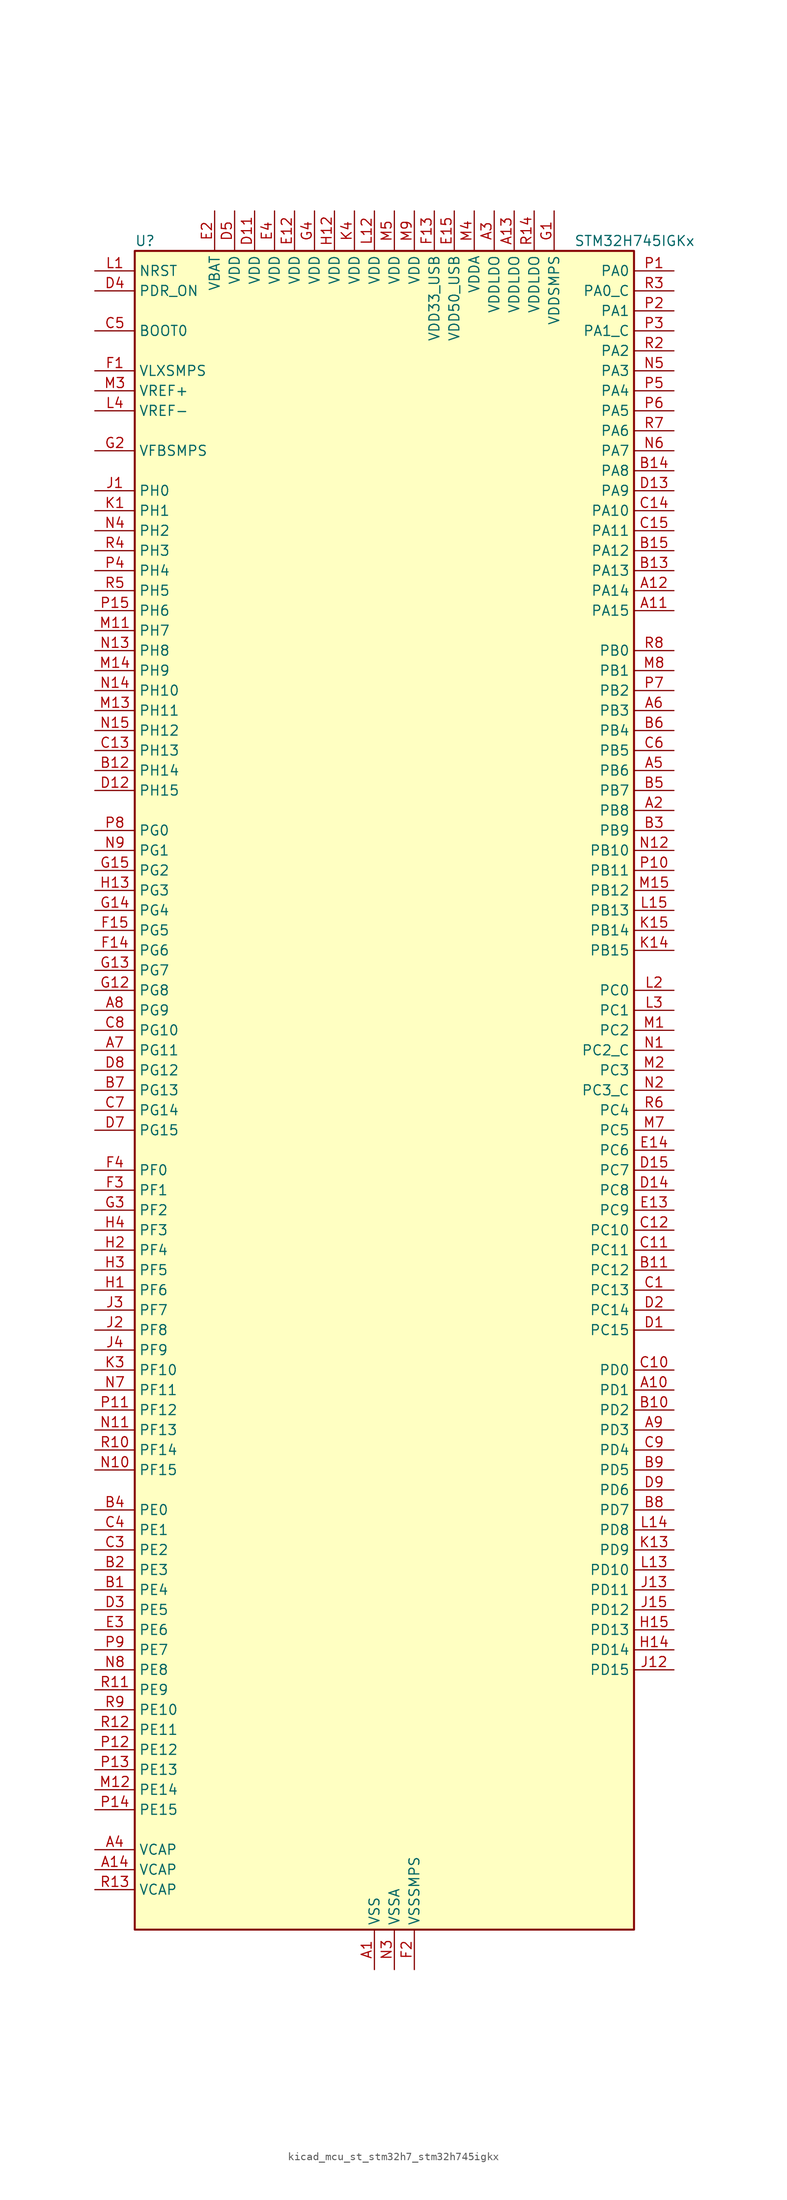
<source format=kicad_sym>
(kicad_symbol_lib
  (version 20220914)
  (generator kicad_symbol_editor)
  (symbol "kicad_mcu_st_stm32h7_stm32h745igkx"
    (property "Reference" "U"
      (at -30.48 107.95 0)
      (effects (font (size 1.27 1.27)) (justify left)))
    (property "Value" "STM32H745IGKx"
      (at 25.4 107.95 0)
      (effects (font (size 1.27 1.27)) (justify left)))
    (property "ki_locked" ""
      (at 0 0 0)
      (effects (font (size 1.27 1.27))))
    (symbol "kicad_mcu_st_stm32h7_stm32h745igkx_0_1"
      (rectangle (start -30.48 -106.68) (end 33.02 106.68) (stroke (width 0.254) (type default)) (fill (type background))))
    (symbol "kicad_mcu_st_stm32h7_stm32h745igkx_1_1"
      (pin power_in line (at 0 -111.76 90) (length 5.08) (name "VSS" (effects (font (size 1.27 1.27)))) (number "A1" (effects (font (size 1.27 1.27)))))
      (pin bidirectional line (at 38.1 -38.1 180) (length 5.08) (name "PD1" (effects (font (size 1.27 1.27)))) (number "A10" (effects (font (size 1.27 1.27)))) (alternate "DFSDM1_DATIN6" bidirectional line) (alternate "FDCAN1_TX" bidirectional line) (alternate "FMC_D3" bidirectional line) (alternate "FMC_DA3" bidirectional line) (alternate "SAI3_SD_A" bidirectional line) (alternate "UART4_TX" bidirectional line))
      (pin bidirectional line (at 38.1 60.96 180) (length 5.08) (name "PA15" (effects (font (size 1.27 1.27)))) (number "A11" (effects (font (size 1.27 1.27)))) (alternate "ADC1_EXTI15" bidirectional line) (alternate "ADC2_EXTI15" bidirectional line) (alternate "ADC3_EXTI15" bidirectional line) (alternate "CEC" bidirectional line) (alternate "DEBUG_JTDI" bidirectional line) (alternate "HRTIM_FLT1" bidirectional line) (alternate "I2S1_WS" bidirectional line) (alternate "I2S3_WS" bidirectional line) (alternate "SPI1_NSS" bidirectional line) (alternate "SPI3_NSS" bidirectional line) (alternate "SPI6_NSS" bidirectional line) (alternate "TIM2_CH1" bidirectional line) (alternate "TIM2_ETR" bidirectional line) (alternate "UART4_DE" bidirectional line) (alternate "UART4_RTS" bidirectional line) (alternate "UART7_TX" bidirectional line))
      (pin bidirectional line (at 38.1 63.5 180) (length 5.08) (name "PA14" (effects (font (size 1.27 1.27)))) (number "A12" (effects (font (size 1.27 1.27)))) (alternate "DEBUG_JTCK-SWCLK" bidirectional line))
      (pin power_in line (at 17.78 111.76 270) (length 5.08) (name "VDDLDO" (effects (font (size 1.27 1.27)))) (number "A13" (effects (font (size 1.27 1.27)))))
      (pin power_out line (at -35.56 -99.06 0) (length 5.08) (name "VCAP" (effects (font (size 1.27 1.27)))) (number "A14" (effects (font (size 1.27 1.27)))))
      (pin passive line (at 0 -111.76 90) (length 5.08) hide (name "VSS" (effects (font (size 1.27 1.27)))) (number "A15" (effects (font (size 1.27 1.27)))))
      (pin bidirectional line (at 38.1 35.56 180) (length 5.08) (name "PB8" (effects (font (size 1.27 1.27)))) (number "A2" (effects (font (size 1.27 1.27)))) (alternate "DCMI_D6" bidirectional line) (alternate "DFSDM1_CKIN7" bidirectional line) (alternate "ETH_TXD3" bidirectional line) (alternate "FDCAN1_RX" bidirectional line) (alternate "I2C1_SCL" bidirectional line) (alternate "I2C4_SCL" bidirectional line) (alternate "LTDC_B6" bidirectional line) (alternate "SDMMC1_CKIN" bidirectional line) (alternate "SDMMC1_D4" bidirectional line) (alternate "SDMMC2_D4" bidirectional line) (alternate "TIM16_CH1" bidirectional line) (alternate "TIM4_CH3" bidirectional line) (alternate "UART4_RX" bidirectional line))
      (pin power_in line (at 15.24 111.76 270) (length 5.08) (name "VDDLDO" (effects (font (size 1.27 1.27)))) (number "A3" (effects (font (size 1.27 1.27)))))
      (pin power_out line (at -35.56 -96.52 0) (length 5.08) (name "VCAP" (effects (font (size 1.27 1.27)))) (number "A4" (effects (font (size 1.27 1.27)))))
      (pin bidirectional line (at 38.1 40.64 180) (length 5.08) (name "PB6" (effects (font (size 1.27 1.27)))) (number "A5" (effects (font (size 1.27 1.27)))) (alternate "CEC" bidirectional line) (alternate "DCMI_D5" bidirectional line) (alternate "DFSDM1_DATIN5" bidirectional line) (alternate "FDCAN2_TX" bidirectional line) (alternate "FMC_SDNE1" bidirectional line) (alternate "HRTIM_EEV8" bidirectional line) (alternate "I2C1_SCL" bidirectional line) (alternate "I2C4_SCL" bidirectional line) (alternate "LPUART1_TX" bidirectional line) (alternate "QUADSPI_BK1_NCS" bidirectional line) (alternate "TIM16_CH1N" bidirectional line) (alternate "TIM4_CH1" bidirectional line) (alternate "UART5_TX" bidirectional line) (alternate "USART1_TX" bidirectional line))
      (pin bidirectional line (at 38.1 48.26 180) (length 5.08) (name "PB3" (effects (font (size 1.27 1.27)))) (number "A6" (effects (font (size 1.27 1.27)))) (alternate "CRS_SYNC" bidirectional line) (alternate "DEBUG_JTDO-SWO" bidirectional line) (alternate "HRTIM_FLT4" bidirectional line) (alternate "I2S1_CK" bidirectional line) (alternate "I2S3_CK" bidirectional line) (alternate "SDMMC2_D2" bidirectional line) (alternate "SPI1_SCK" bidirectional line) (alternate "SPI3_SCK" bidirectional line) (alternate "SPI6_SCK" bidirectional line) (alternate "TIM2_CH2" bidirectional line) (alternate "UART7_RX" bidirectional line))
      (pin bidirectional line (at -35.56 5.08 0) (length 5.08) (name "PG11" (effects (font (size 1.27 1.27)))) (number "A7" (effects (font (size 1.27 1.27)))) (alternate "ADC1_EXTI11" bidirectional line) (alternate "ADC2_EXTI11" bidirectional line) (alternate "ADC3_EXTI11" bidirectional line) (alternate "DCMI_D3" bidirectional line) (alternate "ETH_TX_EN" bidirectional line) (alternate "HRTIM_EEV4" bidirectional line) (alternate "I2S1_CK" bidirectional line) (alternate "LPTIM1_IN2" bidirectional line) (alternate "LTDC_B3" bidirectional line) (alternate "SDMMC2_D2" bidirectional line) (alternate "SPDIFRX1_IN0" bidirectional line) (alternate "SPI1_SCK" bidirectional line))
      (pin bidirectional line (at -35.56 10.16 0) (length 5.08) (name "PG9" (effects (font (size 1.27 1.27)))) (number "A8" (effects (font (size 1.27 1.27)))) (alternate "DAC1_EXTI9" bidirectional line) (alternate "DCMI_VSYNC" bidirectional line) (alternate "FMC_NCE" bidirectional line) (alternate "FMC_NE2" bidirectional line) (alternate "I2S1_SDI" bidirectional line) (alternate "QUADSPI_BK2_IO2" bidirectional line) (alternate "SAI2_FS_B" bidirectional line) (alternate "SPDIFRX1_IN3" bidirectional line) (alternate "SPI1_MISO" bidirectional line) (alternate "USART6_RX" bidirectional line))
      (pin bidirectional line (at 38.1 -43.18 180) (length 5.08) (name "PD3" (effects (font (size 1.27 1.27)))) (number "A9" (effects (font (size 1.27 1.27)))) (alternate "DCMI_D5" bidirectional line) (alternate "DFSDM1_CKOUT" bidirectional line) (alternate "FMC_CLK" bidirectional line) (alternate "I2S2_CK" bidirectional line) (alternate "LTDC_G7" bidirectional line) (alternate "SPI2_SCK" bidirectional line) (alternate "USART2_CTS" bidirectional line) (alternate "USART2_NSS" bidirectional line))
      (pin bidirectional line (at -35.56 -63.5 0) (length 5.08) (name "PE4" (effects (font (size 1.27 1.27)))) (number "B1" (effects (font (size 1.27 1.27)))) (alternate "DCMI_D4" bidirectional line) (alternate "DEBUG_TRACED1" bidirectional line) (alternate "DFSDM1_DATIN3" bidirectional line) (alternate "FMC_A20" bidirectional line) (alternate "LTDC_B0" bidirectional line) (alternate "SAI1_D2" bidirectional line) (alternate "SAI1_FS_A" bidirectional line) (alternate "SAI4_D2" bidirectional line) (alternate "SAI4_FS_A" bidirectional line) (alternate "SPI4_NSS" bidirectional line) (alternate "TIM15_CH1N" bidirectional line))
      (pin bidirectional line (at 38.1 -40.64 180) (length 5.08) (name "PD2" (effects (font (size 1.27 1.27)))) (number "B10" (effects (font (size 1.27 1.27)))) (alternate "DCMI_D11" bidirectional line) (alternate "DEBUG_TRACED2" bidirectional line) (alternate "SDMMC1_CMD" bidirectional line) (alternate "TIM3_ETR" bidirectional line) (alternate "UART5_RX" bidirectional line))
      (pin bidirectional line (at 38.1 -22.86 180) (length 5.08) (name "PC12" (effects (font (size 1.27 1.27)))) (number "B11" (effects (font (size 1.27 1.27)))) (alternate "DCMI_D9" bidirectional line) (alternate "DEBUG_TRACED3" bidirectional line) (alternate "HRTIM_EEV2" bidirectional line) (alternate "I2S3_SDO" bidirectional line) (alternate "SDMMC1_CK" bidirectional line) (alternate "SPI3_MOSI" bidirectional line) (alternate "UART5_TX" bidirectional line) (alternate "USART3_CK" bidirectional line))
      (pin bidirectional line (at -35.56 40.64 0) (length 5.08) (name "PH14" (effects (font (size 1.27 1.27)))) (number "B12" (effects (font (size 1.27 1.27)))) (alternate "DCMI_D4" bidirectional line) (alternate "FDCAN1_RX" bidirectional line) (alternate "FMC_D22" bidirectional line) (alternate "LTDC_G3" bidirectional line) (alternate "TIM8_CH2N" bidirectional line) (alternate "UART4_RX" bidirectional line))
      (pin bidirectional line (at 38.1 66.04 180) (length 5.08) (name "PA13" (effects (font (size 1.27 1.27)))) (number "B13" (effects (font (size 1.27 1.27)))) (alternate "DEBUG_JTMS-SWDIO" bidirectional line))
      (pin bidirectional line (at 38.1 78.74 180) (length 5.08) (name "PA8" (effects (font (size 1.27 1.27)))) (number "B14" (effects (font (size 1.27 1.27)))) (alternate "HRTIM_CHB2" bidirectional line) (alternate "I2C3_SCL" bidirectional line) (alternate "LTDC_B3" bidirectional line) (alternate "LTDC_R6" bidirectional line) (alternate "RCC_MCO_1" bidirectional line) (alternate "TIM1_CH1" bidirectional line) (alternate "TIM8_BKIN2" bidirectional line) (alternate "TIM8_BKIN2_COMP1" bidirectional line) (alternate "TIM8_BKIN2_COMP2" bidirectional line) (alternate "UART7_RX" bidirectional line) (alternate "USART1_CK" bidirectional line) (alternate "USB_OTG_FS_SOF" bidirectional line))
      (pin bidirectional line (at 38.1 68.58 180) (length 5.08) (name "PA12" (effects (font (size 1.27 1.27)))) (number "B15" (effects (font (size 1.27 1.27)))) (alternate "FDCAN1_TX" bidirectional line) (alternate "HRTIM_CHD2" bidirectional line) (alternate "I2S2_CK" bidirectional line) (alternate "LPUART1_DE" bidirectional line) (alternate "LPUART1_RTS" bidirectional line) (alternate "LTDC_R5" bidirectional line) (alternate "SAI2_FS_B" bidirectional line) (alternate "SPI2_SCK" bidirectional line) (alternate "TIM1_ETR" bidirectional line) (alternate "UART4_TX" bidirectional line) (alternate "USART1_DE" bidirectional line) (alternate "USART1_RTS" bidirectional line) (alternate "USB_OTG_FS_DP" bidirectional line))
      (pin bidirectional line (at -35.56 -60.96 0) (length 5.08) (name "PE3" (effects (font (size 1.27 1.27)))) (number "B2" (effects (font (size 1.27 1.27)))) (alternate "DEBUG_TRACED0" bidirectional line) (alternate "FMC_A19" bidirectional line) (alternate "SAI1_SD_B" bidirectional line) (alternate "SAI4_SD_B" bidirectional line) (alternate "TIM15_BKIN" bidirectional line))
      (pin bidirectional line (at 38.1 33.02 180) (length 5.08) (name "PB9" (effects (font (size 1.27 1.27)))) (number "B3" (effects (font (size 1.27 1.27)))) (alternate "DAC1_EXTI9" bidirectional line) (alternate "DCMI_D7" bidirectional line) (alternate "DFSDM1_DATIN7" bidirectional line) (alternate "FDCAN1_TX" bidirectional line) (alternate "I2C1_SDA" bidirectional line) (alternate "I2C4_SDA" bidirectional line) (alternate "I2C4_SMBA" bidirectional line) (alternate "I2S2_WS" bidirectional line) (alternate "LTDC_B7" bidirectional line) (alternate "SDMMC1_CDIR" bidirectional line) (alternate "SDMMC1_D5" bidirectional line) (alternate "SDMMC2_D5" bidirectional line) (alternate "SPI2_NSS" bidirectional line) (alternate "TIM17_CH1" bidirectional line) (alternate "TIM4_CH4" bidirectional line) (alternate "UART4_TX" bidirectional line))
      (pin bidirectional line (at -35.56 -53.34 0) (length 5.08) (name "PE0" (effects (font (size 1.27 1.27)))) (number "B4" (effects (font (size 1.27 1.27)))) (alternate "DCMI_D2" bidirectional line) (alternate "FMC_NBL0" bidirectional line) (alternate "HRTIM_SCIN" bidirectional line) (alternate "LPTIM1_ETR" bidirectional line) (alternate "LPTIM2_ETR" bidirectional line) (alternate "SAI2_MCLK_A" bidirectional line) (alternate "TIM4_ETR" bidirectional line) (alternate "UART8_RX" bidirectional line))
      (pin bidirectional line (at 38.1 38.1 180) (length 5.08) (name "PB7" (effects (font (size 1.27 1.27)))) (number "B5" (effects (font (size 1.27 1.27)))) (alternate "DCMI_VSYNC" bidirectional line) (alternate "DFSDM1_CKIN5" bidirectional line) (alternate "FMC_NL" bidirectional line) (alternate "HRTIM_EEV9" bidirectional line) (alternate "I2C1_SDA" bidirectional line) (alternate "I2C4_SDA" bidirectional line) (alternate "LPUART1_RX" bidirectional line) (alternate "PWR_PVD_IN" bidirectional line) (alternate "TIM17_CH1N" bidirectional line) (alternate "TIM4_CH2" bidirectional line) (alternate "USART1_RX" bidirectional line))
      (pin bidirectional line (at 38.1 45.72 180) (length 5.08) (name "PB4" (effects (font (size 1.27 1.27)))) (number "B6" (effects (font (size 1.27 1.27)))) (alternate "DEBUG_JTRST" bidirectional line) (alternate "HRTIM_EEV6" bidirectional line) (alternate "I2S1_SDI" bidirectional line) (alternate "I2S2_WS" bidirectional line) (alternate "I2S3_SDI" bidirectional line) (alternate "SDMMC2_D3" bidirectional line) (alternate "SPI1_MISO" bidirectional line) (alternate "SPI2_NSS" bidirectional line) (alternate "SPI3_MISO" bidirectional line) (alternate "SPI6_MISO" bidirectional line) (alternate "TIM16_BKIN" bidirectional line) (alternate "TIM3_CH1" bidirectional line) (alternate "UART7_TX" bidirectional line))
      (pin bidirectional line (at -35.56 0 0) (length 5.08) (name "PG13" (effects (font (size 1.27 1.27)))) (number "B7" (effects (font (size 1.27 1.27)))) (alternate "DEBUG_TRACED0" bidirectional line) (alternate "ETH_TXD0" bidirectional line) (alternate "FMC_A24" bidirectional line) (alternate "HRTIM_EEV10" bidirectional line) (alternate "LPTIM1_OUT" bidirectional line) (alternate "LTDC_R0" bidirectional line) (alternate "SPI6_SCK" bidirectional line) (alternate "USART6_CTS" bidirectional line) (alternate "USART6_NSS" bidirectional line))
      (pin bidirectional line (at 38.1 -53.34 180) (length 5.08) (name "PD7" (effects (font (size 1.27 1.27)))) (number "B8" (effects (font (size 1.27 1.27)))) (alternate "DFSDM1_CKIN1" bidirectional line) (alternate "DFSDM1_DATIN4" bidirectional line) (alternate "FMC_NE1" bidirectional line) (alternate "I2S1_SDO" bidirectional line) (alternate "SDMMC2_CMD" bidirectional line) (alternate "SPDIFRX1_IN0" bidirectional line) (alternate "SPI1_MOSI" bidirectional line) (alternate "USART2_CK" bidirectional line))
      (pin bidirectional line (at 38.1 -48.26 180) (length 5.08) (name "PD5" (effects (font (size 1.27 1.27)))) (number "B9" (effects (font (size 1.27 1.27)))) (alternate "FMC_NWE" bidirectional line) (alternate "HRTIM_EEV3" bidirectional line) (alternate "USART2_TX" bidirectional line))
      (pin bidirectional line (at 38.1 -25.4 180) (length 5.08) (name "PC13" (effects (font (size 1.27 1.27)))) (number "C1" (effects (font (size 1.27 1.27)))) (alternate "PWR_WKUP2" bidirectional line) (alternate "RTC_OUT_ALARM" bidirectional line) (alternate "RTC_OUT_CALIB" bidirectional line) (alternate "RTC_TAMP1" bidirectional line) (alternate "RTC_TS" bidirectional line))
      (pin bidirectional line (at 38.1 -35.56 180) (length 5.08) (name "PD0" (effects (font (size 1.27 1.27)))) (number "C10" (effects (font (size 1.27 1.27)))) (alternate "DFSDM1_CKIN6" bidirectional line) (alternate "FDCAN1_RX" bidirectional line) (alternate "FMC_D2" bidirectional line) (alternate "FMC_DA2" bidirectional line) (alternate "SAI3_SCK_A" bidirectional line) (alternate "UART4_RX" bidirectional line))
      (pin bidirectional line (at 38.1 -20.32 180) (length 5.08) (name "PC11" (effects (font (size 1.27 1.27)))) (number "C11" (effects (font (size 1.27 1.27)))) (alternate "ADC1_EXTI11" bidirectional line) (alternate "ADC2_EXTI11" bidirectional line) (alternate "ADC3_EXTI11" bidirectional line) (alternate "DCMI_D4" bidirectional line) (alternate "DFSDM1_DATIN5" bidirectional line) (alternate "HRTIM_FLT2" bidirectional line) (alternate "I2S3_SDI" bidirectional line) (alternate "QUADSPI_BK2_NCS" bidirectional line) (alternate "SDMMC1_D3" bidirectional line) (alternate "SPI3_MISO" bidirectional line) (alternate "UART4_RX" bidirectional line) (alternate "USART3_RX" bidirectional line))
      (pin bidirectional line (at 38.1 -17.78 180) (length 5.08) (name "PC10" (effects (font (size 1.27 1.27)))) (number "C12" (effects (font (size 1.27 1.27)))) (alternate "DCMI_D8" bidirectional line) (alternate "DFSDM1_CKIN5" bidirectional line) (alternate "HRTIM_EEV1" bidirectional line) (alternate "I2S3_CK" bidirectional line) (alternate "LTDC_R2" bidirectional line) (alternate "QUADSPI_BK1_IO1" bidirectional line) (alternate "SDMMC1_D2" bidirectional line) (alternate "SPI3_SCK" bidirectional line) (alternate "UART4_TX" bidirectional line) (alternate "USART3_TX" bidirectional line))
      (pin bidirectional line (at -35.56 43.18 0) (length 5.08) (name "PH13" (effects (font (size 1.27 1.27)))) (number "C13" (effects (font (size 1.27 1.27)))) (alternate "FDCAN1_TX" bidirectional line) (alternate "FMC_D21" bidirectional line) (alternate "LTDC_G2" bidirectional line) (alternate "TIM8_CH1N" bidirectional line) (alternate "UART4_TX" bidirectional line))
      (pin bidirectional line (at 38.1 73.66 180) (length 5.08) (name "PA10" (effects (font (size 1.27 1.27)))) (number "C14" (effects (font (size 1.27 1.27)))) (alternate "DCMI_D1" bidirectional line) (alternate "HRTIM_CHC2" bidirectional line) (alternate "LPUART1_RX" bidirectional line) (alternate "LTDC_B1" bidirectional line) (alternate "LTDC_B4" bidirectional line) (alternate "MDIOS_MDIO" bidirectional line) (alternate "TIM1_CH3" bidirectional line) (alternate "USART1_RX" bidirectional line) (alternate "USB_OTG_FS_ID" bidirectional line))
      (pin bidirectional line (at 38.1 71.12 180) (length 5.08) (name "PA11" (effects (font (size 1.27 1.27)))) (number "C15" (effects (font (size 1.27 1.27)))) (alternate "ADC1_EXTI11" bidirectional line) (alternate "ADC2_EXTI11" bidirectional line) (alternate "ADC3_EXTI11" bidirectional line) (alternate "FDCAN1_RX" bidirectional line) (alternate "HRTIM_CHD1" bidirectional line) (alternate "I2S2_WS" bidirectional line) (alternate "LPUART1_CTS" bidirectional line) (alternate "LTDC_R4" bidirectional line) (alternate "SPI2_NSS" bidirectional line) (alternate "TIM1_CH4" bidirectional line) (alternate "UART4_RX" bidirectional line) (alternate "USART1_CTS" bidirectional line) (alternate "USART1_NSS" bidirectional line) (alternate "USB_OTG_FS_DM" bidirectional line))
      (pin passive line (at 0 -111.76 90) (length 5.08) hide (name "VSS" (effects (font (size 1.27 1.27)))) (number "C2" (effects (font (size 1.27 1.27)))))
      (pin bidirectional line (at -35.56 -58.42 0) (length 5.08) (name "PE2" (effects (font (size 1.27 1.27)))) (number "C3" (effects (font (size 1.27 1.27)))) (alternate "DEBUG_TRACECLK" bidirectional line) (alternate "ETH_TXD3" bidirectional line) (alternate "FMC_A23" bidirectional line) (alternate "QUADSPI_BK1_IO2" bidirectional line) (alternate "SAI1_CK1" bidirectional line) (alternate "SAI1_MCLK_A" bidirectional line) (alternate "SAI4_CK1" bidirectional line) (alternate "SAI4_MCLK_A" bidirectional line) (alternate "SPI4_SCK" bidirectional line))
      (pin bidirectional line (at -35.56 -55.88 0) (length 5.08) (name "PE1" (effects (font (size 1.27 1.27)))) (number "C4" (effects (font (size 1.27 1.27)))) (alternate "DCMI_D3" bidirectional line) (alternate "FMC_NBL1" bidirectional line) (alternate "HRTIM_SCOUT" bidirectional line) (alternate "LPTIM1_IN2" bidirectional line) (alternate "UART8_TX" bidirectional line))
      (pin input line (at -35.56 96.52 0) (length 5.08) (name "BOOT0" (effects (font (size 1.27 1.27)))) (number "C5" (effects (font (size 1.27 1.27)))))
      (pin bidirectional line (at 38.1 43.18 180) (length 5.08) (name "PB5" (effects (font (size 1.27 1.27)))) (number "C6" (effects (font (size 1.27 1.27)))) (alternate "DCMI_D10" bidirectional line) (alternate "ETH_PPS_OUT" bidirectional line) (alternate "FDCAN2_RX" bidirectional line) (alternate "FMC_SDCKE1" bidirectional line) (alternate "HRTIM_EEV7" bidirectional line) (alternate "I2C1_SMBA" bidirectional line) (alternate "I2C4_SMBA" bidirectional line) (alternate "I2S1_SDO" bidirectional line) (alternate "I2S3_SDO" bidirectional line) (alternate "SPI1_MOSI" bidirectional line) (alternate "SPI3_MOSI" bidirectional line) (alternate "SPI6_MOSI" bidirectional line) (alternate "TIM17_BKIN" bidirectional line) (alternate "TIM3_CH2" bidirectional line) (alternate "UART5_RX" bidirectional line) (alternate "USB_OTG_HS_ULPI_D7" bidirectional line))
      (pin bidirectional line (at -35.56 -2.54 0) (length 5.08) (name "PG14" (effects (font (size 1.27 1.27)))) (number "C7" (effects (font (size 1.27 1.27)))) (alternate "DEBUG_TRACED1" bidirectional line) (alternate "ETH_TXD1" bidirectional line) (alternate "FMC_A25" bidirectional line) (alternate "LPTIM1_ETR" bidirectional line) (alternate "LTDC_B0" bidirectional line) (alternate "QUADSPI_BK2_IO3" bidirectional line) (alternate "SPI6_MOSI" bidirectional line) (alternate "USART6_TX" bidirectional line))
      (pin bidirectional line (at -35.56 7.62 0) (length 5.08) (name "PG10" (effects (font (size 1.27 1.27)))) (number "C8" (effects (font (size 1.27 1.27)))) (alternate "DCMI_D2" bidirectional line) (alternate "FMC_NE3" bidirectional line) (alternate "HRTIM_FLT5" bidirectional line) (alternate "I2S1_WS" bidirectional line) (alternate "LTDC_B2" bidirectional line) (alternate "LTDC_G3" bidirectional line) (alternate "SAI2_SD_B" bidirectional line) (alternate "SPI1_NSS" bidirectional line))
      (pin bidirectional line (at 38.1 -45.72 180) (length 5.08) (name "PD4" (effects (font (size 1.27 1.27)))) (number "C9" (effects (font (size 1.27 1.27)))) (alternate "FMC_NOE" bidirectional line) (alternate "HRTIM_FLT3" bidirectional line) (alternate "SAI3_FS_A" bidirectional line) (alternate "USART2_DE" bidirectional line) (alternate "USART2_RTS" bidirectional line))
      (pin bidirectional line (at 38.1 -30.48 180) (length 5.08) (name "PC15" (effects (font (size 1.27 1.27)))) (number "D1" (effects (font (size 1.27 1.27)))) (alternate "ADC1_EXTI15" bidirectional line) (alternate "ADC2_EXTI15" bidirectional line) (alternate "ADC3_EXTI15" bidirectional line) (alternate "RCC_OSC32_OUT" bidirectional line))
      (pin passive line (at 0 -111.76 90) (length 5.08) hide (name "VSS" (effects (font (size 1.27 1.27)))) (number "D10" (effects (font (size 1.27 1.27)))))
      (pin power_in line (at -15.24 111.76 270) (length 5.08) (name "VDD" (effects (font (size 1.27 1.27)))) (number "D11" (effects (font (size 1.27 1.27)))))
      (pin bidirectional line (at -35.56 38.1 0) (length 5.08) (name "PH15" (effects (font (size 1.27 1.27)))) (number "D12" (effects (font (size 1.27 1.27)))) (alternate "ADC1_EXTI15" bidirectional line) (alternate "ADC2_EXTI15" bidirectional line) (alternate "ADC3_EXTI15" bidirectional line) (alternate "DCMI_D11" bidirectional line) (alternate "FMC_D23" bidirectional line) (alternate "LTDC_G4" bidirectional line) (alternate "TIM8_CH3N" bidirectional line))
      (pin bidirectional line (at 38.1 76.2 180) (length 5.08) (name "PA9" (effects (font (size 1.27 1.27)))) (number "D13" (effects (font (size 1.27 1.27)))) (alternate "DAC1_EXTI9" bidirectional line) (alternate "DCMI_D0" bidirectional line) (alternate "HRTIM_CHC1" bidirectional line) (alternate "I2C3_SMBA" bidirectional line) (alternate "I2S2_CK" bidirectional line) (alternate "LPUART1_TX" bidirectional line) (alternate "LTDC_R5" bidirectional line) (alternate "SPI2_SCK" bidirectional line) (alternate "TIM1_CH2" bidirectional line) (alternate "USART1_TX" bidirectional line) (alternate "USB_OTG_FS_VBUS" bidirectional line))
      (pin bidirectional line (at 38.1 -12.7 180) (length 5.08) (name "PC8" (effects (font (size 1.27 1.27)))) (number "D14" (effects (font (size 1.27 1.27)))) (alternate "DCMI_D2" bidirectional line) (alternate "DEBUG_TRACED1" bidirectional line) (alternate "FMC_NCE" bidirectional line) (alternate "FMC_NE2" bidirectional line) (alternate "HRTIM_CHB1" bidirectional line) (alternate "SDMMC1_D0" bidirectional line) (alternate "SWPMI1_RX" bidirectional line) (alternate "TIM3_CH3" bidirectional line) (alternate "TIM8_CH3" bidirectional line) (alternate "UART5_DE" bidirectional line) (alternate "UART5_RTS" bidirectional line) (alternate "USART6_CK" bidirectional line))
      (pin bidirectional line (at 38.1 -10.16 180) (length 5.08) (name "PC7" (effects (font (size 1.27 1.27)))) (number "D15" (effects (font (size 1.27 1.27)))) (alternate "DCMI_D1" bidirectional line) (alternate "DEBUG_TRGIO" bidirectional line) (alternate "DFSDM1_DATIN3" bidirectional line) (alternate "FMC_NE1" bidirectional line) (alternate "HRTIM_CHA2" bidirectional line) (alternate "I2S3_MCK" bidirectional line) (alternate "LTDC_G6" bidirectional line) (alternate "SDMMC1_D123DIR" bidirectional line) (alternate "SDMMC1_D7" bidirectional line) (alternate "SDMMC2_D7" bidirectional line) (alternate "SWPMI1_TX" bidirectional line) (alternate "TIM3_CH2" bidirectional line) (alternate "TIM8_CH2" bidirectional line) (alternate "USART6_RX" bidirectional line))
      (pin bidirectional line (at 38.1 -27.94 180) (length 5.08) (name "PC14" (effects (font (size 1.27 1.27)))) (number "D2" (effects (font (size 1.27 1.27)))) (alternate "RCC_OSC32_IN" bidirectional line))
      (pin bidirectional line (at -35.56 -66.04 0) (length 5.08) (name "PE5" (effects (font (size 1.27 1.27)))) (number "D3" (effects (font (size 1.27 1.27)))) (alternate "DCMI_D6" bidirectional line) (alternate "DEBUG_TRACED2" bidirectional line) (alternate "DFSDM1_CKIN3" bidirectional line) (alternate "FMC_A21" bidirectional line) (alternate "LTDC_G0" bidirectional line) (alternate "SAI1_CK2" bidirectional line) (alternate "SAI1_SCK_A" bidirectional line) (alternate "SAI4_CK2" bidirectional line) (alternate "SAI4_SCK_A" bidirectional line) (alternate "SPI4_MISO" bidirectional line) (alternate "TIM15_CH1" bidirectional line))
      (pin input line (at -35.56 101.6 0) (length 5.08) (name "PDR_ON" (effects (font (size 1.27 1.27)))) (number "D4" (effects (font (size 1.27 1.27)))))
      (pin power_in line (at -17.78 111.76 270) (length 5.08) (name "VDD" (effects (font (size 1.27 1.27)))) (number "D5" (effects (font (size 1.27 1.27)))))
      (pin passive line (at 0 -111.76 90) (length 5.08) hide (name "VSS" (effects (font (size 1.27 1.27)))) (number "D6" (effects (font (size 1.27 1.27)))))
      (pin bidirectional line (at -35.56 -5.08 0) (length 5.08) (name "PG15" (effects (font (size 1.27 1.27)))) (number "D7" (effects (font (size 1.27 1.27)))) (alternate "ADC1_EXTI15" bidirectional line) (alternate "ADC2_EXTI15" bidirectional line) (alternate "ADC3_EXTI15" bidirectional line) (alternate "DCMI_D13" bidirectional line) (alternate "FMC_SDNCAS" bidirectional line) (alternate "USART6_CTS" bidirectional line) (alternate "USART6_NSS" bidirectional line))
      (pin bidirectional line (at -35.56 2.54 0) (length 5.08) (name "PG12" (effects (font (size 1.27 1.27)))) (number "D8" (effects (font (size 1.27 1.27)))) (alternate "ETH_TXD1" bidirectional line) (alternate "FMC_NE4" bidirectional line) (alternate "HRTIM_EEV5" bidirectional line) (alternate "LPTIM1_IN1" bidirectional line) (alternate "LTDC_B1" bidirectional line) (alternate "LTDC_B4" bidirectional line) (alternate "SPDIFRX1_IN1" bidirectional line) (alternate "SPI6_MISO" bidirectional line) (alternate "USART6_DE" bidirectional line) (alternate "USART6_RTS" bidirectional line))
      (pin bidirectional line (at 38.1 -50.8 180) (length 5.08) (name "PD6" (effects (font (size 1.27 1.27)))) (number "D9" (effects (font (size 1.27 1.27)))) (alternate "DCMI_D10" bidirectional line) (alternate "DFSDM1_CKIN4" bidirectional line) (alternate "DFSDM1_DATIN1" bidirectional line) (alternate "FMC_NWAIT" bidirectional line) (alternate "I2S3_SDO" bidirectional line) (alternate "LTDC_B2" bidirectional line) (alternate "SAI1_D1" bidirectional line) (alternate "SAI1_SD_A" bidirectional line) (alternate "SAI4_D1" bidirectional line) (alternate "SAI4_SD_A" bidirectional line) (alternate "SDMMC2_CK" bidirectional line) (alternate "SPI3_MOSI" bidirectional line) (alternate "USART2_RX" bidirectional line))
      (pin passive line (at 0 -111.76 90) (length 5.08) hide (name "VSS" (effects (font (size 1.27 1.27)))) (number "E1" (effects (font (size 1.27 1.27)))))
      (pin power_in line (at -10.16 111.76 270) (length 5.08) (name "VDD" (effects (font (size 1.27 1.27)))) (number "E12" (effects (font (size 1.27 1.27)))))
      (pin bidirectional line (at 38.1 -15.24 180) (length 5.08) (name "PC9" (effects (font (size 1.27 1.27)))) (number "E13" (effects (font (size 1.27 1.27)))) (alternate "DAC1_EXTI9" bidirectional line) (alternate "DCMI_D3" bidirectional line) (alternate "I2C3_SDA" bidirectional line) (alternate "I2S_CKIN" bidirectional line) (alternate "LTDC_B2" bidirectional line) (alternate "LTDC_G3" bidirectional line) (alternate "QUADSPI_BK1_IO0" bidirectional line) (alternate "RCC_MCO_2" bidirectional line) (alternate "SDMMC1_D1" bidirectional line) (alternate "SWPMI1_SUSPEND" bidirectional line) (alternate "TIM3_CH4" bidirectional line) (alternate "TIM8_CH4" bidirectional line) (alternate "UART5_CTS" bidirectional line))
      (pin bidirectional line (at 38.1 -7.62 180) (length 5.08) (name "PC6" (effects (font (size 1.27 1.27)))) (number "E14" (effects (font (size 1.27 1.27)))) (alternate "DCMI_D0" bidirectional line) (alternate "DFSDM1_CKIN3" bidirectional line) (alternate "FMC_NWAIT" bidirectional line) (alternate "HRTIM_CHA1" bidirectional line) (alternate "I2S2_MCK" bidirectional line) (alternate "LTDC_HSYNC" bidirectional line) (alternate "SDMMC1_D0DIR" bidirectional line) (alternate "SDMMC1_D6" bidirectional line) (alternate "SDMMC2_D6" bidirectional line) (alternate "SWPMI1_IO" bidirectional line) (alternate "TIM3_CH1" bidirectional line) (alternate "TIM8_CH1" bidirectional line) (alternate "USART6_TX" bidirectional line))
      (pin power_in line (at 10.16 111.76 270) (length 5.08) (name "VDD50_USB" (effects (font (size 1.27 1.27)))) (number "E15" (effects (font (size 1.27 1.27)))))
      (pin power_in line (at -20.32 111.76 270) (length 5.08) (name "VBAT" (effects (font (size 1.27 1.27)))) (number "E2" (effects (font (size 1.27 1.27)))))
      (pin bidirectional line (at -35.56 -68.58 0) (length 5.08) (name "PE6" (effects (font (size 1.27 1.27)))) (number "E3" (effects (font (size 1.27 1.27)))) (alternate "DCMI_D7" bidirectional line) (alternate "DEBUG_TRACED3" bidirectional line) (alternate "FMC_A22" bidirectional line) (alternate "LTDC_G1" bidirectional line) (alternate "SAI1_D1" bidirectional line) (alternate "SAI1_SD_A" bidirectional line) (alternate "SAI2_MCLK_B" bidirectional line) (alternate "SAI4_D1" bidirectional line) (alternate "SAI4_SD_A" bidirectional line) (alternate "SPI4_MOSI" bidirectional line) (alternate "TIM15_CH2" bidirectional line) (alternate "TIM1_BKIN2" bidirectional line) (alternate "TIM1_BKIN2_COMP1" bidirectional line) (alternate "TIM1_BKIN2_COMP2" bidirectional line))
      (pin power_in line (at -12.7 111.76 270) (length 5.08) (name "VDD" (effects (font (size 1.27 1.27)))) (number "E4" (effects (font (size 1.27 1.27)))))
      (pin power_in line (at -35.56 91.44 0) (length 5.08) (name "VLXSMPS" (effects (font (size 1.27 1.27)))) (number "F1" (effects (font (size 1.27 1.27)))))
      (pin passive line (at 0 -111.76 90) (length 5.08) hide (name "VSS" (effects (font (size 1.27 1.27)))) (number "F10" (effects (font (size 1.27 1.27)))))
      (pin passive line (at 0 -111.76 90) (length 5.08) hide (name "VSS" (effects (font (size 1.27 1.27)))) (number "F12" (effects (font (size 1.27 1.27)))))
      (pin power_in line (at 7.62 111.76 270) (length 5.08) (name "VDD33_USB" (effects (font (size 1.27 1.27)))) (number "F13" (effects (font (size 1.27 1.27)))))
      (pin bidirectional line (at -35.56 17.78 0) (length 5.08) (name "PG6" (effects (font (size 1.27 1.27)))) (number "F14" (effects (font (size 1.27 1.27)))) (alternate "DCMI_D12" bidirectional line) (alternate "FMC_NE3" bidirectional line) (alternate "HRTIM_CHE1" bidirectional line) (alternate "LTDC_R7" bidirectional line) (alternate "QUADSPI_BK1_NCS" bidirectional line) (alternate "TIM17_BKIN" bidirectional line))
      (pin bidirectional line (at -35.56 20.32 0) (length 5.08) (name "PG5" (effects (font (size 1.27 1.27)))) (number "F15" (effects (font (size 1.27 1.27)))) (alternate "FMC_A15" bidirectional line) (alternate "FMC_BA1" bidirectional line) (alternate "TIM1_ETR" bidirectional line))
      (pin power_in line (at 5.08 -111.76 90) (length 5.08) (name "VSSSMPS" (effects (font (size 1.27 1.27)))) (number "F2" (effects (font (size 1.27 1.27)))))
      (pin bidirectional line (at -35.56 -12.7 0) (length 5.08) (name "PF1" (effects (font (size 1.27 1.27)))) (number "F3" (effects (font (size 1.27 1.27)))) (alternate "FMC_A1" bidirectional line) (alternate "I2C2_SCL" bidirectional line))
      (pin bidirectional line (at -35.56 -10.16 0) (length 5.08) (name "PF0" (effects (font (size 1.27 1.27)))) (number "F4" (effects (font (size 1.27 1.27)))) (alternate "FMC_A0" bidirectional line) (alternate "I2C2_SDA" bidirectional line))
      (pin passive line (at 0 -111.76 90) (length 5.08) hide (name "VSS" (effects (font (size 1.27 1.27)))) (number "F6" (effects (font (size 1.27 1.27)))))
      (pin passive line (at 0 -111.76 90) (length 5.08) hide (name "VSS" (effects (font (size 1.27 1.27)))) (number "F7" (effects (font (size 1.27 1.27)))))
      (pin passive line (at 0 -111.76 90) (length 5.08) hide (name "VSS" (effects (font (size 1.27 1.27)))) (number "F8" (effects (font (size 1.27 1.27)))))
      (pin passive line (at 0 -111.76 90) (length 5.08) hide (name "VSS" (effects (font (size 1.27 1.27)))) (number "F9" (effects (font (size 1.27 1.27)))))
      (pin power_in line (at 22.86 111.76 270) (length 5.08) (name "VDDSMPS" (effects (font (size 1.27 1.27)))) (number "G1" (effects (font (size 1.27 1.27)))))
      (pin passive line (at 0 -111.76 90) (length 5.08) hide (name "VSS" (effects (font (size 1.27 1.27)))) (number "G10" (effects (font (size 1.27 1.27)))))
      (pin bidirectional line (at -35.56 12.7 0) (length 5.08) (name "PG8" (effects (font (size 1.27 1.27)))) (number "G12" (effects (font (size 1.27 1.27)))) (alternate "ETH_PPS_OUT" bidirectional line) (alternate "FMC_SDCLK" bidirectional line) (alternate "LTDC_G7" bidirectional line) (alternate "SPDIFRX1_IN2" bidirectional line) (alternate "SPI6_NSS" bidirectional line) (alternate "TIM8_ETR" bidirectional line) (alternate "USART6_DE" bidirectional line) (alternate "USART6_RTS" bidirectional line))
      (pin bidirectional line (at -35.56 15.24 0) (length 5.08) (name "PG7" (effects (font (size 1.27 1.27)))) (number "G13" (effects (font (size 1.27 1.27)))) (alternate "DCMI_D13" bidirectional line) (alternate "FMC_INT" bidirectional line) (alternate "HRTIM_CHE2" bidirectional line) (alternate "LTDC_CLK" bidirectional line) (alternate "SAI1_MCLK_A" bidirectional line) (alternate "USART6_CK" bidirectional line))
      (pin bidirectional line (at -35.56 22.86 0) (length 5.08) (name "PG4" (effects (font (size 1.27 1.27)))) (number "G14" (effects (font (size 1.27 1.27)))) (alternate "FMC_A14" bidirectional line) (alternate "FMC_BA0" bidirectional line) (alternate "TIM1_BKIN2" bidirectional line) (alternate "TIM1_BKIN2_COMP1" bidirectional line) (alternate "TIM1_BKIN2_COMP2" bidirectional line))
      (pin bidirectional line (at -35.56 27.94 0) (length 5.08) (name "PG2" (effects (font (size 1.27 1.27)))) (number "G15" (effects (font (size 1.27 1.27)))) (alternate "FMC_A12" bidirectional line) (alternate "TIM8_BKIN" bidirectional line) (alternate "TIM8_BKIN_COMP1" bidirectional line) (alternate "TIM8_BKIN_COMP2" bidirectional line))
      (pin input line (at -35.56 81.28 0) (length 5.08) (name "VFBSMPS" (effects (font (size 1.27 1.27)))) (number "G2" (effects (font (size 1.27 1.27)))))
      (pin bidirectional line (at -35.56 -15.24 0) (length 5.08) (name "PF2" (effects (font (size 1.27 1.27)))) (number "G3" (effects (font (size 1.27 1.27)))) (alternate "FMC_A2" bidirectional line) (alternate "I2C2_SMBA" bidirectional line))
      (pin power_in line (at -7.62 111.76 270) (length 5.08) (name "VDD" (effects (font (size 1.27 1.27)))) (number "G4" (effects (font (size 1.27 1.27)))))
      (pin passive line (at 0 -111.76 90) (length 5.08) hide (name "VSS" (effects (font (size 1.27 1.27)))) (number "G6" (effects (font (size 1.27 1.27)))))
      (pin passive line (at 0 -111.76 90) (length 5.08) hide (name "VSS" (effects (font (size 1.27 1.27)))) (number "G7" (effects (font (size 1.27 1.27)))))
      (pin passive line (at 0 -111.76 90) (length 5.08) hide (name "VSS" (effects (font (size 1.27 1.27)))) (number "G8" (effects (font (size 1.27 1.27)))))
      (pin passive line (at 0 -111.76 90) (length 5.08) hide (name "VSS" (effects (font (size 1.27 1.27)))) (number "G9" (effects (font (size 1.27 1.27)))))
      (pin bidirectional line (at -35.56 -25.4 0) (length 5.08) (name "PF6" (effects (font (size 1.27 1.27)))) (number "H1" (effects (font (size 1.27 1.27)))) (alternate "ADC3_INN4" bidirectional line) (alternate "ADC3_INP8" bidirectional line) (alternate "QUADSPI_BK1_IO3" bidirectional line) (alternate "SAI1_SD_B" bidirectional line) (alternate "SAI4_SD_B" bidirectional line) (alternate "SPI5_NSS" bidirectional line) (alternate "TIM16_CH1" bidirectional line) (alternate "UART7_RX" bidirectional line))
      (pin passive line (at 0 -111.76 90) (length 5.08) hide (name "VSS" (effects (font (size 1.27 1.27)))) (number "H10" (effects (font (size 1.27 1.27)))))
      (pin power_in line (at -5.08 111.76 270) (length 5.08) (name "VDD" (effects (font (size 1.27 1.27)))) (number "H12" (effects (font (size 1.27 1.27)))))
      (pin bidirectional line (at -35.56 25.4 0) (length 5.08) (name "PG3" (effects (font (size 1.27 1.27)))) (number "H13" (effects (font (size 1.27 1.27)))) (alternate "FMC_A13" bidirectional line) (alternate "TIM8_BKIN2" bidirectional line) (alternate "TIM8_BKIN2_COMP1" bidirectional line) (alternate "TIM8_BKIN2_COMP2" bidirectional line))
      (pin bidirectional line (at 38.1 -71.12 180) (length 5.08) (name "PD14" (effects (font (size 1.27 1.27)))) (number "H14" (effects (font (size 1.27 1.27)))) (alternate "FMC_D0" bidirectional line) (alternate "FMC_DA0" bidirectional line) (alternate "SAI3_MCLK_B" bidirectional line) (alternate "TIM4_CH3" bidirectional line) (alternate "UART8_CTS" bidirectional line))
      (pin bidirectional line (at 38.1 -68.58 180) (length 5.08) (name "PD13" (effects (font (size 1.27 1.27)))) (number "H15" (effects (font (size 1.27 1.27)))) (alternate "FMC_A18" bidirectional line) (alternate "I2C4_SDA" bidirectional line) (alternate "LPTIM1_OUT" bidirectional line) (alternate "QUADSPI_BK1_IO3" bidirectional line) (alternate "SAI2_SCK_A" bidirectional line) (alternate "TIM4_CH2" bidirectional line))
      (pin bidirectional line (at -35.56 -20.32 0) (length 5.08) (name "PF4" (effects (font (size 1.27 1.27)))) (number "H2" (effects (font (size 1.27 1.27)))) (alternate "ADC3_INN5" bidirectional line) (alternate "ADC3_INP9" bidirectional line) (alternate "FMC_A4" bidirectional line))
      (pin bidirectional line (at -35.56 -22.86 0) (length 5.08) (name "PF5" (effects (font (size 1.27 1.27)))) (number "H3" (effects (font (size 1.27 1.27)))) (alternate "ADC3_INP4" bidirectional line) (alternate "FMC_A5" bidirectional line))
      (pin bidirectional line (at -35.56 -17.78 0) (length 5.08) (name "PF3" (effects (font (size 1.27 1.27)))) (number "H4" (effects (font (size 1.27 1.27)))) (alternate "ADC3_INP5" bidirectional line) (alternate "FMC_A3" bidirectional line))
      (pin passive line (at 0 -111.76 90) (length 5.08) hide (name "VSS" (effects (font (size 1.27 1.27)))) (number "H6" (effects (font (size 1.27 1.27)))))
      (pin passive line (at 0 -111.76 90) (length 5.08) hide (name "VSS" (effects (font (size 1.27 1.27)))) (number "H7" (effects (font (size 1.27 1.27)))))
      (pin passive line (at 0 -111.76 90) (length 5.08) hide (name "VSS" (effects (font (size 1.27 1.27)))) (number "H8" (effects (font (size 1.27 1.27)))))
      (pin passive line (at 0 -111.76 90) (length 5.08) hide (name "VSS" (effects (font (size 1.27 1.27)))) (number "H9" (effects (font (size 1.27 1.27)))))
      (pin bidirectional line (at -35.56 76.2 0) (length 5.08) (name "PH0" (effects (font (size 1.27 1.27)))) (number "J1" (effects (font (size 1.27 1.27)))) (alternate "RCC_OSC_IN" bidirectional line))
      (pin passive line (at 0 -111.76 90) (length 5.08) hide (name "VSS" (effects (font (size 1.27 1.27)))) (number "J10" (effects (font (size 1.27 1.27)))))
      (pin bidirectional line (at 38.1 -73.66 180) (length 5.08) (name "PD15" (effects (font (size 1.27 1.27)))) (number "J12" (effects (font (size 1.27 1.27)))) (alternate "ADC1_EXTI15" bidirectional line) (alternate "ADC2_EXTI15" bidirectional line) (alternate "ADC3_EXTI15" bidirectional line) (alternate "FMC_D1" bidirectional line) (alternate "FMC_DA1" bidirectional line) (alternate "SAI3_MCLK_A" bidirectional line) (alternate "TIM4_CH4" bidirectional line) (alternate "UART8_DE" bidirectional line) (alternate "UART8_RTS" bidirectional line))
      (pin bidirectional line (at 38.1 -63.5 180) (length 5.08) (name "PD11" (effects (font (size 1.27 1.27)))) (number "J13" (effects (font (size 1.27 1.27)))) (alternate "ADC1_EXTI11" bidirectional line) (alternate "ADC2_EXTI11" bidirectional line) (alternate "ADC3_EXTI11" bidirectional line) (alternate "FMC_A16" bidirectional line) (alternate "FMC_CLE" bidirectional line) (alternate "I2C4_SMBA" bidirectional line) (alternate "LPTIM2_IN2" bidirectional line) (alternate "QUADSPI_BK1_IO0" bidirectional line) (alternate "SAI2_SD_A" bidirectional line) (alternate "USART3_CTS" bidirectional line) (alternate "USART3_NSS" bidirectional line))
      (pin passive line (at 0 -111.76 90) (length 5.08) hide (name "VSS" (effects (font (size 1.27 1.27)))) (number "J14" (effects (font (size 1.27 1.27)))))
      (pin bidirectional line (at 38.1 -66.04 180) (length 5.08) (name "PD12" (effects (font (size 1.27 1.27)))) (number "J15" (effects (font (size 1.27 1.27)))) (alternate "FMC_A17" bidirectional line) (alternate "FMC_ALE" bidirectional line) (alternate "I2C4_SCL" bidirectional line) (alternate "LPTIM1_IN1" bidirectional line) (alternate "LPTIM2_IN1" bidirectional line) (alternate "QUADSPI_BK1_IO1" bidirectional line) (alternate "SAI2_FS_A" bidirectional line) (alternate "TIM4_CH1" bidirectional line) (alternate "USART3_DE" bidirectional line) (alternate "USART3_RTS" bidirectional line))
      (pin bidirectional line (at -35.56 -30.48 0) (length 5.08) (name "PF8" (effects (font (size 1.27 1.27)))) (number "J2" (effects (font (size 1.27 1.27)))) (alternate "ADC3_INN3" bidirectional line) (alternate "ADC3_INP7" bidirectional line) (alternate "QUADSPI_BK1_IO0" bidirectional line) (alternate "SAI1_SCK_B" bidirectional line) (alternate "SAI4_SCK_B" bidirectional line) (alternate "SPI5_MISO" bidirectional line) (alternate "TIM13_CH1" bidirectional line) (alternate "TIM16_CH1N" bidirectional line) (alternate "UART7_DE" bidirectional line) (alternate "UART7_RTS" bidirectional line))
      (pin bidirectional line (at -35.56 -27.94 0) (length 5.08) (name "PF7" (effects (font (size 1.27 1.27)))) (number "J3" (effects (font (size 1.27 1.27)))) (alternate "ADC3_INP3" bidirectional line) (alternate "QUADSPI_BK1_IO2" bidirectional line) (alternate "SAI1_MCLK_B" bidirectional line) (alternate "SAI4_MCLK_B" bidirectional line) (alternate "SPI5_SCK" bidirectional line) (alternate "TIM17_CH1" bidirectional line) (alternate "UART7_TX" bidirectional line))
      (pin bidirectional line (at -35.56 -33.02 0) (length 5.08) (name "PF9" (effects (font (size 1.27 1.27)))) (number "J4" (effects (font (size 1.27 1.27)))) (alternate "ADC3_INP2" bidirectional line) (alternate "DAC1_EXTI9" bidirectional line) (alternate "QUADSPI_BK1_IO1" bidirectional line) (alternate "SAI1_FS_B" bidirectional line) (alternate "SAI4_FS_B" bidirectional line) (alternate "SPI5_MOSI" bidirectional line) (alternate "TIM14_CH1" bidirectional line) (alternate "TIM17_CH1N" bidirectional line) (alternate "UART7_CTS" bidirectional line))
      (pin passive line (at 0 -111.76 90) (length 5.08) hide (name "VSS" (effects (font (size 1.27 1.27)))) (number "J6" (effects (font (size 1.27 1.27)))))
      (pin passive line (at 0 -111.76 90) (length 5.08) hide (name "VSS" (effects (font (size 1.27 1.27)))) (number "J7" (effects (font (size 1.27 1.27)))))
      (pin passive line (at 0 -111.76 90) (length 5.08) hide (name "VSS" (effects (font (size 1.27 1.27)))) (number "J8" (effects (font (size 1.27 1.27)))))
      (pin passive line (at 0 -111.76 90) (length 5.08) hide (name "VSS" (effects (font (size 1.27 1.27)))) (number "J9" (effects (font (size 1.27 1.27)))))
      (pin bidirectional line (at -35.56 73.66 0) (length 5.08) (name "PH1" (effects (font (size 1.27 1.27)))) (number "K1" (effects (font (size 1.27 1.27)))) (alternate "RCC_OSC_OUT" bidirectional line))
      (pin passive line (at 0 -111.76 90) (length 5.08) hide (name "VSS" (effects (font (size 1.27 1.27)))) (number "K10" (effects (font (size 1.27 1.27)))))
      (pin passive line (at 0 -111.76 90) (length 5.08) hide (name "VSS" (effects (font (size 1.27 1.27)))) (number "K12" (effects (font (size 1.27 1.27)))))
      (pin bidirectional line (at 38.1 -58.42 180) (length 5.08) (name "PD9" (effects (font (size 1.27 1.27)))) (number "K13" (effects (font (size 1.27 1.27)))) (alternate "DAC1_EXTI9" bidirectional line) (alternate "DFSDM1_DATIN3" bidirectional line) (alternate "FMC_D14" bidirectional line) (alternate "FMC_DA14" bidirectional line) (alternate "SAI3_SD_B" bidirectional line) (alternate "USART3_RX" bidirectional line))
      (pin bidirectional line (at 38.1 17.78 180) (length 5.08) (name "PB15" (effects (font (size 1.27 1.27)))) (number "K14" (effects (font (size 1.27 1.27)))) (alternate "ADC1_EXTI15" bidirectional line) (alternate "ADC2_EXTI15" bidirectional line) (alternate "ADC3_EXTI15" bidirectional line) (alternate "DFSDM1_CKIN2" bidirectional line) (alternate "I2S2_SDO" bidirectional line) (alternate "RTC_REFIN" bidirectional line) (alternate "SDMMC2_D1" bidirectional line) (alternate "SPI2_MOSI" bidirectional line) (alternate "TIM12_CH2" bidirectional line) (alternate "TIM1_CH3N" bidirectional line) (alternate "TIM8_CH3N" bidirectional line) (alternate "UART4_CTS" bidirectional line) (alternate "USART1_RX" bidirectional line) (alternate "USB_OTG_HS_DP" bidirectional line))
      (pin bidirectional line (at 38.1 20.32 180) (length 5.08) (name "PB14" (effects (font (size 1.27 1.27)))) (number "K15" (effects (font (size 1.27 1.27)))) (alternate "DFSDM1_DATIN2" bidirectional line) (alternate "I2S2_SDI" bidirectional line) (alternate "SDMMC2_D0" bidirectional line) (alternate "SPI2_MISO" bidirectional line) (alternate "TIM12_CH1" bidirectional line) (alternate "TIM1_CH2N" bidirectional line) (alternate "TIM8_CH2N" bidirectional line) (alternate "UART4_DE" bidirectional line) (alternate "UART4_RTS" bidirectional line) (alternate "USART1_TX" bidirectional line) (alternate "USART3_DE" bidirectional line) (alternate "USART3_RTS" bidirectional line) (alternate "USB_OTG_HS_DM" bidirectional line))
      (pin passive line (at 0 -111.76 90) (length 5.08) hide (name "VSS" (effects (font (size 1.27 1.27)))) (number "K2" (effects (font (size 1.27 1.27)))))
      (pin bidirectional line (at -35.56 -35.56 0) (length 5.08) (name "PF10" (effects (font (size 1.27 1.27)))) (number "K3" (effects (font (size 1.27 1.27)))) (alternate "ADC3_INN2" bidirectional line) (alternate "ADC3_INP6" bidirectional line) (alternate "DCMI_D11" bidirectional line) (alternate "LTDC_DE" bidirectional line) (alternate "QUADSPI_CLK" bidirectional line) (alternate "SAI1_D3" bidirectional line) (alternate "SAI4_D3" bidirectional line) (alternate "TIM16_BKIN" bidirectional line))
      (pin power_in line (at -2.54 111.76 270) (length 5.08) (name "VDD" (effects (font (size 1.27 1.27)))) (number "K4" (effects (font (size 1.27 1.27)))))
      (pin passive line (at 0 -111.76 90) (length 5.08) hide (name "VSS" (effects (font (size 1.27 1.27)))) (number "K6" (effects (font (size 1.27 1.27)))))
      (pin passive line (at 0 -111.76 90) (length 5.08) hide (name "VSS" (effects (font (size 1.27 1.27)))) (number "K7" (effects (font (size 1.27 1.27)))))
      (pin passive line (at 0 -111.76 90) (length 5.08) hide (name "VSS" (effects (font (size 1.27 1.27)))) (number "K8" (effects (font (size 1.27 1.27)))))
      (pin passive line (at 0 -111.76 90) (length 5.08) hide (name "VSS" (effects (font (size 1.27 1.27)))) (number "K9" (effects (font (size 1.27 1.27)))))
      (pin input line (at -35.56 104.14 0) (length 5.08) (name "NRST" (effects (font (size 1.27 1.27)))) (number "L1" (effects (font (size 1.27 1.27)))))
      (pin power_in line (at 0 111.76 270) (length 5.08) (name "VDD" (effects (font (size 1.27 1.27)))) (number "L12" (effects (font (size 1.27 1.27)))))
      (pin bidirectional line (at 38.1 -60.96 180) (length 5.08) (name "PD10" (effects (font (size 1.27 1.27)))) (number "L13" (effects (font (size 1.27 1.27)))) (alternate "DFSDM1_CKOUT" bidirectional line) (alternate "FMC_D15" bidirectional line) (alternate "FMC_DA15" bidirectional line) (alternate "LTDC_B3" bidirectional line) (alternate "SAI3_FS_B" bidirectional line) (alternate "USART3_CK" bidirectional line))
      (pin bidirectional line (at 38.1 -55.88 180) (length 5.08) (name "PD8" (effects (font (size 1.27 1.27)))) (number "L14" (effects (font (size 1.27 1.27)))) (alternate "DFSDM1_CKIN3" bidirectional line) (alternate "FMC_D13" bidirectional line) (alternate "FMC_DA13" bidirectional line) (alternate "SAI3_SCK_B" bidirectional line) (alternate "SPDIFRX1_IN1" bidirectional line) (alternate "USART3_TX" bidirectional line))
      (pin bidirectional line (at 38.1 22.86 180) (length 5.08) (name "PB13" (effects (font (size 1.27 1.27)))) (number "L15" (effects (font (size 1.27 1.27)))) (alternate "DFSDM1_CKIN1" bidirectional line) (alternate "ETH_TXD1" bidirectional line) (alternate "FDCAN2_TX" bidirectional line) (alternate "I2S2_CK" bidirectional line) (alternate "LPTIM2_OUT" bidirectional line) (alternate "SPI2_SCK" bidirectional line) (alternate "TIM1_CH1N" bidirectional line) (alternate "UART5_TX" bidirectional line) (alternate "USART3_CTS" bidirectional line) (alternate "USART3_NSS" bidirectional line) (alternate "USB_OTG_HS_ULPI_D6" bidirectional line) (alternate "USB_OTG_HS_VBUS" bidirectional line))
      (pin bidirectional line (at 38.1 12.7 180) (length 5.08) (name "PC0" (effects (font (size 1.27 1.27)))) (number "L2" (effects (font (size 1.27 1.27)))) (alternate "ADC1_INP10" bidirectional line) (alternate "ADC2_INP10" bidirectional line) (alternate "ADC3_INP10" bidirectional line) (alternate "DFSDM1_CKIN0" bidirectional line) (alternate "DFSDM1_DATIN4" bidirectional line) (alternate "FMC_SDNWE" bidirectional line) (alternate "LTDC_R5" bidirectional line) (alternate "SAI2_FS_B" bidirectional line) (alternate "USB_OTG_HS_ULPI_STP" bidirectional line))
      (pin bidirectional line (at 38.1 10.16 180) (length 5.08) (name "PC1" (effects (font (size 1.27 1.27)))) (number "L3" (effects (font (size 1.27 1.27)))) (alternate "ADC1_INN10" bidirectional line) (alternate "ADC1_INP11" bidirectional line) (alternate "ADC2_INN10" bidirectional line) (alternate "ADC2_INP11" bidirectional line) (alternate "ADC3_INN10" bidirectional line) (alternate "ADC3_INP11" bidirectional line) (alternate "DEBUG_TRACED0" bidirectional line) (alternate "DFSDM1_CKIN4" bidirectional line) (alternate "DFSDM1_DATIN0" bidirectional line) (alternate "ETH_MDC" bidirectional line) (alternate "I2S2_SDO" bidirectional line) (alternate "MDIOS_MDC" bidirectional line) (alternate "PWR_WKUP5" bidirectional line) (alternate "RTC_TAMP3" bidirectional line) (alternate "SAI1_D1" bidirectional line) (alternate "SAI1_SD_A" bidirectional line) (alternate "SAI4_D1" bidirectional line) (alternate "SAI4_SD_A" bidirectional line) (alternate "SDMMC2_CK" bidirectional line) (alternate "SPI2_MOSI" bidirectional line))
      (pin input line (at -35.56 86.36 0) (length 5.08) (name "VREF-" (effects (font (size 1.27 1.27)))) (number "L4" (effects (font (size 1.27 1.27)))))
      (pin bidirectional line (at 38.1 7.62 180) (length 5.08) (name "PC2" (effects (font (size 1.27 1.27)))) (number "M1" (effects (font (size 1.27 1.27)))) (alternate "ADC1_INN11" bidirectional line) (alternate "ADC1_INP12" bidirectional line) (alternate "ADC2_INN11" bidirectional line) (alternate "ADC2_INP12" bidirectional line) (alternate "ADC3_INN11" bidirectional line) (alternate "ADC3_INP12" bidirectional line) (alternate "DFSDM1_CKIN1" bidirectional line) (alternate "DFSDM1_CKOUT" bidirectional line) (alternate "ETH_TXD2" bidirectional line) (alternate "FMC_SDNE0" bidirectional line) (alternate "I2S2_SDI" bidirectional line) (alternate "PWR_CSTOP" bidirectional line) (alternate "SPI2_MISO" bidirectional line) (alternate "USB_OTG_HS_ULPI_DIR" bidirectional line))
      (pin passive line (at 0 -111.76 90) (length 5.08) hide (name "VSS" (effects (font (size 1.27 1.27)))) (number "M10" (effects (font (size 1.27 1.27)))))
      (pin bidirectional line (at -35.56 58.42 0) (length 5.08) (name "PH7" (effects (font (size 1.27 1.27)))) (number "M11" (effects (font (size 1.27 1.27)))) (alternate "DCMI_D9" bidirectional line) (alternate "ETH_RXD3" bidirectional line) (alternate "FMC_SDCKE1" bidirectional line) (alternate "I2C3_SCL" bidirectional line) (alternate "SPI5_MISO" bidirectional line))
      (pin bidirectional line (at -35.56 -88.9 0) (length 5.08) (name "PE14" (effects (font (size 1.27 1.27)))) (number "M12" (effects (font (size 1.27 1.27)))) (alternate "FMC_D11" bidirectional line) (alternate "FMC_DA11" bidirectional line) (alternate "LTDC_CLK" bidirectional line) (alternate "SAI2_MCLK_B" bidirectional line) (alternate "SPI4_MOSI" bidirectional line) (alternate "TIM1_CH4" bidirectional line))
      (pin bidirectional line (at -35.56 48.26 0) (length 5.08) (name "PH11" (effects (font (size 1.27 1.27)))) (number "M13" (effects (font (size 1.27 1.27)))) (alternate "ADC1_EXTI11" bidirectional line) (alternate "ADC2_EXTI11" bidirectional line) (alternate "ADC3_EXTI11" bidirectional line) (alternate "DCMI_D2" bidirectional line) (alternate "FMC_D19" bidirectional line) (alternate "I2C4_SCL" bidirectional line) (alternate "LTDC_R5" bidirectional line) (alternate "TIM5_CH2" bidirectional line))
      (pin bidirectional line (at -35.56 53.34 0) (length 5.08) (name "PH9" (effects (font (size 1.27 1.27)))) (number "M14" (effects (font (size 1.27 1.27)))) (alternate "DAC1_EXTI9" bidirectional line) (alternate "DCMI_D0" bidirectional line) (alternate "FMC_D17" bidirectional line) (alternate "I2C3_SMBA" bidirectional line) (alternate "LTDC_R3" bidirectional line) (alternate "TIM12_CH2" bidirectional line))
      (pin bidirectional line (at 38.1 25.4 180) (length 5.08) (name "PB12" (effects (font (size 1.27 1.27)))) (number "M15" (effects (font (size 1.27 1.27)))) (alternate "DFSDM1_DATIN1" bidirectional line) (alternate "ETH_TXD0" bidirectional line) (alternate "FDCAN2_RX" bidirectional line) (alternate "I2C2_SMBA" bidirectional line) (alternate "I2S2_WS" bidirectional line) (alternate "SPI2_NSS" bidirectional line) (alternate "TIM1_BKIN" bidirectional line) (alternate "TIM1_BKIN_COMP1" bidirectional line) (alternate "TIM1_BKIN_COMP2" bidirectional line) (alternate "UART5_RX" bidirectional line) (alternate "USART3_CK" bidirectional line) (alternate "USB_OTG_HS_ID" bidirectional line) (alternate "USB_OTG_HS_ULPI_D5" bidirectional line))
      (pin bidirectional line (at 38.1 2.54 180) (length 5.08) (name "PC3" (effects (font (size 1.27 1.27)))) (number "M2" (effects (font (size 1.27 1.27)))) (alternate "ADC1_INN12" bidirectional line) (alternate "ADC1_INP13" bidirectional line) (alternate "ADC2_INN12" bidirectional line) (alternate "ADC2_INP13" bidirectional line) (alternate "DFSDM1_DATIN1" bidirectional line) (alternate "ETH_TX_CLK" bidirectional line) (alternate "FMC_SDCKE0" bidirectional line) (alternate "I2S2_SDO" bidirectional line) (alternate "PWR_CSLEEP" bidirectional line) (alternate "SPI2_MOSI" bidirectional line) (alternate "USB_OTG_HS_ULPI_NXT" bidirectional line))
      (pin input line (at -35.56 88.9 0) (length 5.08) (name "VREF+" (effects (font (size 1.27 1.27)))) (number "M3" (effects (font (size 1.27 1.27)))) (alternate "VREFBUF_OUT" bidirectional line))
      (pin power_in line (at 12.7 111.76 270) (length 5.08) (name "VDDA" (effects (font (size 1.27 1.27)))) (number "M4" (effects (font (size 1.27 1.27)))))
      (pin power_in line (at 2.54 111.76 270) (length 5.08) (name "VDD" (effects (font (size 1.27 1.27)))) (number "M5" (effects (font (size 1.27 1.27)))))
      (pin passive line (at 0 -111.76 90) (length 5.08) hide (name "VSS" (effects (font (size 1.27 1.27)))) (number "M6" (effects (font (size 1.27 1.27)))))
      (pin bidirectional line (at 38.1 -5.08 180) (length 5.08) (name "PC5" (effects (font (size 1.27 1.27)))) (number "M7" (effects (font (size 1.27 1.27)))) (alternate "ADC1_INN4" bidirectional line) (alternate "ADC1_INP8" bidirectional line) (alternate "ADC2_INN4" bidirectional line) (alternate "ADC2_INP8" bidirectional line) (alternate "COMP1_OUT" bidirectional line) (alternate "DFSDM1_DATIN2" bidirectional line) (alternate "ETH_RXD1" bidirectional line) (alternate "FMC_SDCKE0" bidirectional line) (alternate "OPAMP1_VINM" bidirectional line) (alternate "OPAMP1_VINM0" bidirectional line) (alternate "SAI1_D3" bidirectional line) (alternate "SAI4_D3" bidirectional line) (alternate "SPDIFRX1_IN3" bidirectional line))
      (pin bidirectional line (at 38.1 53.34 180) (length 5.08) (name "PB1" (effects (font (size 1.27 1.27)))) (number "M8" (effects (font (size 1.27 1.27)))) (alternate "ADC1_INP5" bidirectional line) (alternate "ADC2_INP5" bidirectional line) (alternate "COMP1_INM" bidirectional line) (alternate "DFSDM1_DATIN1" bidirectional line) (alternate "ETH_RXD3" bidirectional line) (alternate "LTDC_G0" bidirectional line) (alternate "LTDC_R6" bidirectional line) (alternate "TIM1_CH3N" bidirectional line) (alternate "TIM3_CH4" bidirectional line) (alternate "TIM8_CH3N" bidirectional line) (alternate "USB_OTG_HS_ULPI_D2" bidirectional line))
      (pin power_in line (at 5.08 111.76 270) (length 5.08) (name "VDD" (effects (font (size 1.27 1.27)))) (number "M9" (effects (font (size 1.27 1.27)))))
      (pin bidirectional line (at 38.1 5.08 180) (length 5.08) (name "PC2_C" (effects (font (size 1.27 1.27)))) (number "N1" (effects (font (size 1.27 1.27)))) (alternate "ADC3_INN1" bidirectional line) (alternate "ADC3_INP0" bidirectional line) (alternate "DFSDM1_CKIN1" bidirectional line) (alternate "DFSDM1_CKOUT" bidirectional line) (alternate "ETH_TXD2" bidirectional line) (alternate "FMC_SDNE0" bidirectional line) (alternate "I2S2_SDI" bidirectional line) (alternate "PWR_CSTOP" bidirectional line) (alternate "SPI2_MISO" bidirectional line) (alternate "USB_OTG_HS_ULPI_DIR" bidirectional line))
      (pin bidirectional line (at -35.56 -48.26 0) (length 5.08) (name "PF15" (effects (font (size 1.27 1.27)))) (number "N10" (effects (font (size 1.27 1.27)))) (alternate "ADC1_EXTI15" bidirectional line) (alternate "ADC2_EXTI15" bidirectional line) (alternate "ADC3_EXTI15" bidirectional line) (alternate "FMC_A9" bidirectional line) (alternate "I2C4_SDA" bidirectional line))
      (pin bidirectional line (at -35.56 -43.18 0) (length 5.08) (name "PF13" (effects (font (size 1.27 1.27)))) (number "N11" (effects (font (size 1.27 1.27)))) (alternate "ADC2_INP2" bidirectional line) (alternate "DFSDM1_DATIN6" bidirectional line) (alternate "FMC_A7" bidirectional line) (alternate "I2C4_SMBA" bidirectional line))
      (pin bidirectional line (at 38.1 30.48 180) (length 5.08) (name "PB10" (effects (font (size 1.27 1.27)))) (number "N12" (effects (font (size 1.27 1.27)))) (alternate "DFSDM1_DATIN7" bidirectional line) (alternate "ETH_RX_ER" bidirectional line) (alternate "HRTIM_SCOUT" bidirectional line) (alternate "I2C2_SCL" bidirectional line) (alternate "I2S2_CK" bidirectional line) (alternate "LPTIM2_IN1" bidirectional line) (alternate "LTDC_G4" bidirectional line) (alternate "QUADSPI_BK1_NCS" bidirectional line) (alternate "SPI2_SCK" bidirectional line) (alternate "TIM2_CH3" bidirectional line) (alternate "USART3_TX" bidirectional line) (alternate "USB_OTG_HS_ULPI_D3" bidirectional line))
      (pin bidirectional line (at -35.56 55.88 0) (length 5.08) (name "PH8" (effects (font (size 1.27 1.27)))) (number "N13" (effects (font (size 1.27 1.27)))) (alternate "DCMI_HSYNC" bidirectional line) (alternate "FMC_D16" bidirectional line) (alternate "I2C3_SDA" bidirectional line) (alternate "LTDC_R2" bidirectional line) (alternate "TIM5_ETR" bidirectional line))
      (pin bidirectional line (at -35.56 50.8 0) (length 5.08) (name "PH10" (effects (font (size 1.27 1.27)))) (number "N14" (effects (font (size 1.27 1.27)))) (alternate "DCMI_D1" bidirectional line) (alternate "FMC_D18" bidirectional line) (alternate "I2C4_SMBA" bidirectional line) (alternate "LTDC_R4" bidirectional line) (alternate "TIM5_CH1" bidirectional line))
      (pin bidirectional line (at -35.56 45.72 0) (length 5.08) (name "PH12" (effects (font (size 1.27 1.27)))) (number "N15" (effects (font (size 1.27 1.27)))) (alternate "DCMI_D3" bidirectional line) (alternate "FMC_D20" bidirectional line) (alternate "I2C4_SDA" bidirectional line) (alternate "LTDC_R6" bidirectional line) (alternate "TIM5_CH3" bidirectional line))
      (pin bidirectional line (at 38.1 0 180) (length 5.08) (name "PC3_C" (effects (font (size 1.27 1.27)))) (number "N2" (effects (font (size 1.27 1.27)))) (alternate "ADC3_INP1" bidirectional line) (alternate "DFSDM1_DATIN1" bidirectional line) (alternate "ETH_TX_CLK" bidirectional line) (alternate "FMC_SDCKE0" bidirectional line) (alternate "I2S2_SDO" bidirectional line) (alternate "PWR_CSLEEP" bidirectional line) (alternate "SPI2_MOSI" bidirectional line) (alternate "USB_OTG_HS_ULPI_NXT" bidirectional line))
      (pin power_in line (at 2.54 -111.76 90) (length 5.08) (name "VSSA" (effects (font (size 1.27 1.27)))) (number "N3" (effects (font (size 1.27 1.27)))))
      (pin bidirectional line (at -35.56 71.12 0) (length 5.08) (name "PH2" (effects (font (size 1.27 1.27)))) (number "N4" (effects (font (size 1.27 1.27)))) (alternate "ADC3_INP13" bidirectional line) (alternate "ETH_CRS" bidirectional line) (alternate "FMC_SDCKE0" bidirectional line) (alternate "LPTIM1_IN2" bidirectional line) (alternate "LTDC_R0" bidirectional line) (alternate "QUADSPI_BK2_IO0" bidirectional line) (alternate "SAI2_SCK_B" bidirectional line))
      (pin bidirectional line (at 38.1 91.44 180) (length 5.08) (name "PA3" (effects (font (size 1.27 1.27)))) (number "N5" (effects (font (size 1.27 1.27)))) (alternate "ADC1_INP15" bidirectional line) (alternate "ADC2_INP15" bidirectional line) (alternate "ETH_COL" bidirectional line) (alternate "LPTIM5_OUT" bidirectional line) (alternate "LTDC_B2" bidirectional line) (alternate "LTDC_B5" bidirectional line) (alternate "TIM15_CH2" bidirectional line) (alternate "TIM2_CH4" bidirectional line) (alternate "TIM5_CH4" bidirectional line) (alternate "USART2_RX" bidirectional line) (alternate "USB_OTG_HS_ULPI_D0" bidirectional line))
      (pin bidirectional line (at 38.1 81.28 180) (length 5.08) (name "PA7" (effects (font (size 1.27 1.27)))) (number "N6" (effects (font (size 1.27 1.27)))) (alternate "ADC1_INN3" bidirectional line) (alternate "ADC1_INP7" bidirectional line) (alternate "ADC2_INN3" bidirectional line) (alternate "ADC2_INP7" bidirectional line) (alternate "ETH_CRS_DV" bidirectional line) (alternate "ETH_RX_DV" bidirectional line) (alternate "FMC_SDNWE" bidirectional line) (alternate "I2S1_SDO" bidirectional line) (alternate "OPAMP1_VINM" bidirectional line) (alternate "OPAMP1_VINM1" bidirectional line) (alternate "SPI1_MOSI" bidirectional line) (alternate "SPI6_MOSI" bidirectional line) (alternate "TIM14_CH1" bidirectional line) (alternate "TIM1_CH1N" bidirectional line) (alternate "TIM3_CH2" bidirectional line) (alternate "TIM8_CH1N" bidirectional line))
      (pin bidirectional line (at -35.56 -38.1 0) (length 5.08) (name "PF11" (effects (font (size 1.27 1.27)))) (number "N7" (effects (font (size 1.27 1.27)))) (alternate "ADC1_EXTI11" bidirectional line) (alternate "ADC1_INP2" bidirectional line) (alternate "ADC2_EXTI11" bidirectional line) (alternate "ADC3_EXTI11" bidirectional line) (alternate "DCMI_D12" bidirectional line) (alternate "FMC_SDNRAS" bidirectional line) (alternate "SAI2_SD_B" bidirectional line) (alternate "SPI5_MOSI" bidirectional line))
      (pin bidirectional line (at -35.56 -73.66 0) (length 5.08) (name "PE8" (effects (font (size 1.27 1.27)))) (number "N8" (effects (font (size 1.27 1.27)))) (alternate "COMP2_OUT" bidirectional line) (alternate "DFSDM1_CKIN2" bidirectional line) (alternate "FMC_D5" bidirectional line) (alternate "FMC_DA5" bidirectional line) (alternate "OPAMP2_VINM" bidirectional line) (alternate "OPAMP2_VINM0" bidirectional line) (alternate "QUADSPI_BK2_IO1" bidirectional line) (alternate "TIM1_CH1N" bidirectional line) (alternate "UART7_TX" bidirectional line))
      (pin bidirectional line (at -35.56 30.48 0) (length 5.08) (name "PG1" (effects (font (size 1.27 1.27)))) (number "N9" (effects (font (size 1.27 1.27)))) (alternate "FMC_A11" bidirectional line) (alternate "OPAMP2_VINM" bidirectional line) (alternate "OPAMP2_VINM1" bidirectional line))
      (pin bidirectional line (at 38.1 104.14 180) (length 5.08) (name "PA0" (effects (font (size 1.27 1.27)))) (number "P1" (effects (font (size 1.27 1.27)))) (alternate "ADC1_INP16" bidirectional line) (alternate "ETH_CRS" bidirectional line) (alternate "PWR_WKUP0" bidirectional line) (alternate "SAI2_SD_B" bidirectional line) (alternate "SDMMC2_CMD" bidirectional line) (alternate "TIM15_BKIN" bidirectional line) (alternate "TIM2_CH1" bidirectional line) (alternate "TIM2_ETR" bidirectional line) (alternate "TIM5_CH1" bidirectional line) (alternate "TIM8_ETR" bidirectional line) (alternate "UART4_TX" bidirectional line) (alternate "USART2_CTS" bidirectional line) (alternate "USART2_NSS" bidirectional line))
      (pin bidirectional line (at 38.1 27.94 180) (length 5.08) (name "PB11" (effects (font (size 1.27 1.27)))) (number "P10" (effects (font (size 1.27 1.27)))) (alternate "ADC1_EXTI11" bidirectional line) (alternate "ADC2_EXTI11" bidirectional line) (alternate "ADC3_EXTI11" bidirectional line) (alternate "DFSDM1_CKIN7" bidirectional line) (alternate "ETH_TX_EN" bidirectional line) (alternate "HRTIM_SCIN" bidirectional line) (alternate "I2C2_SDA" bidirectional line) (alternate "LPTIM2_ETR" bidirectional line) (alternate "LTDC_G5" bidirectional line) (alternate "TIM2_CH4" bidirectional line) (alternate "USART3_RX" bidirectional line) (alternate "USB_OTG_HS_ULPI_D4" bidirectional line))
      (pin bidirectional line (at -35.56 -40.64 0) (length 5.08) (name "PF12" (effects (font (size 1.27 1.27)))) (number "P11" (effects (font (size 1.27 1.27)))) (alternate "ADC1_INN2" bidirectional line) (alternate "ADC1_INP6" bidirectional line) (alternate "FMC_A6" bidirectional line))
      (pin bidirectional line (at -35.56 -83.82 0) (length 5.08) (name "PE12" (effects (font (size 1.27 1.27)))) (number "P12" (effects (font (size 1.27 1.27)))) (alternate "COMP1_OUT" bidirectional line) (alternate "DFSDM1_DATIN5" bidirectional line) (alternate "FMC_D9" bidirectional line) (alternate "FMC_DA9" bidirectional line) (alternate "LTDC_B4" bidirectional line) (alternate "SAI2_SCK_B" bidirectional line) (alternate "SPI4_SCK" bidirectional line) (alternate "TIM1_CH3N" bidirectional line))
      (pin bidirectional line (at -35.56 -86.36 0) (length 5.08) (name "PE13" (effects (font (size 1.27 1.27)))) (number "P13" (effects (font (size 1.27 1.27)))) (alternate "COMP2_OUT" bidirectional line) (alternate "DFSDM1_CKIN5" bidirectional line) (alternate "FMC_D10" bidirectional line) (alternate "FMC_DA10" bidirectional line) (alternate "LTDC_DE" bidirectional line) (alternate "SAI2_FS_B" bidirectional line) (alternate "SPI4_MISO" bidirectional line) (alternate "TIM1_CH3" bidirectional line))
      (pin bidirectional line (at -35.56 -91.44 0) (length 5.08) (name "PE15" (effects (font (size 1.27 1.27)))) (number "P14" (effects (font (size 1.27 1.27)))) (alternate "ADC1_EXTI15" bidirectional line) (alternate "ADC2_EXTI15" bidirectional line) (alternate "ADC3_EXTI15" bidirectional line) (alternate "FMC_D12" bidirectional line) (alternate "FMC_DA12" bidirectional line) (alternate "LTDC_R7" bidirectional line) (alternate "TIM1_BKIN" bidirectional line) (alternate "TIM1_BKIN_COMP1" bidirectional line) (alternate "TIM1_BKIN_COMP2" bidirectional line))
      (pin bidirectional line (at -35.56 60.96 0) (length 5.08) (name "PH6" (effects (font (size 1.27 1.27)))) (number "P15" (effects (font (size 1.27 1.27)))) (alternate "DCMI_D8" bidirectional line) (alternate "ETH_RXD2" bidirectional line) (alternate "FMC_SDNE1" bidirectional line) (alternate "I2C2_SMBA" bidirectional line) (alternate "SPI5_SCK" bidirectional line) (alternate "TIM12_CH1" bidirectional line))
      (pin bidirectional line (at 38.1 99.06 180) (length 5.08) (name "PA1" (effects (font (size 1.27 1.27)))) (number "P2" (effects (font (size 1.27 1.27)))) (alternate "ADC1_INN16" bidirectional line) (alternate "ADC1_INP17" bidirectional line) (alternate "ETH_REF_CLK" bidirectional line) (alternate "ETH_RX_CLK" bidirectional line) (alternate "LPTIM3_OUT" bidirectional line) (alternate "LTDC_R2" bidirectional line) (alternate "QUADSPI_BK1_IO3" bidirectional line) (alternate "SAI2_MCLK_B" bidirectional line) (alternate "TIM15_CH1N" bidirectional line) (alternate "TIM2_CH2" bidirectional line) (alternate "TIM5_CH2" bidirectional line) (alternate "UART4_RX" bidirectional line) (alternate "USART2_DE" bidirectional line) (alternate "USART2_RTS" bidirectional line))
      (pin bidirectional line (at 38.1 96.52 180) (length 5.08) (name "PA1_C" (effects (font (size 1.27 1.27)))) (number "P3" (effects (font (size 1.27 1.27)))) (alternate "ADC1_INP1" bidirectional line) (alternate "ADC2_INP1" bidirectional line) (alternate "ETH_REF_CLK" bidirectional line) (alternate "ETH_RX_CLK" bidirectional line) (alternate "LPTIM3_OUT" bidirectional line) (alternate "LTDC_R2" bidirectional line) (alternate "QUADSPI_BK1_IO3" bidirectional line) (alternate "SAI2_MCLK_B" bidirectional line) (alternate "TIM15_CH1N" bidirectional line) (alternate "TIM2_CH2" bidirectional line) (alternate "TIM5_CH2" bidirectional line) (alternate "UART4_RX" bidirectional line) (alternate "USART2_DE" bidirectional line) (alternate "USART2_RTS" bidirectional line))
      (pin bidirectional line (at -35.56 66.04 0) (length 5.08) (name "PH4" (effects (font (size 1.27 1.27)))) (number "P4" (effects (font (size 1.27 1.27)))) (alternate "ADC3_INN14" bidirectional line) (alternate "ADC3_INP15" bidirectional line) (alternate "I2C2_SCL" bidirectional line) (alternate "LTDC_G4" bidirectional line) (alternate "LTDC_G5" bidirectional line) (alternate "USB_OTG_HS_ULPI_NXT" bidirectional line))
      (pin bidirectional line (at 38.1 88.9 180) (length 5.08) (name "PA4" (effects (font (size 1.27 1.27)))) (number "P5" (effects (font (size 1.27 1.27)))) (alternate "ADC1_INP18" bidirectional line) (alternate "ADC2_INP18" bidirectional line) (alternate "DAC1_OUT1" bidirectional line) (alternate "DCMI_HSYNC" bidirectional line) (alternate "I2S1_WS" bidirectional line) (alternate "I2S3_WS" bidirectional line) (alternate "LTDC_VSYNC" bidirectional line) (alternate "SPI1_NSS" bidirectional line) (alternate "SPI3_NSS" bidirectional line) (alternate "SPI6_NSS" bidirectional line) (alternate "TIM5_ETR" bidirectional line) (alternate "USART2_CK" bidirectional line) (alternate "USB_OTG_HS_SOF" bidirectional line))
      (pin bidirectional line (at 38.1 86.36 180) (length 5.08) (name "PA5" (effects (font (size 1.27 1.27)))) (number "P6" (effects (font (size 1.27 1.27)))) (alternate "ADC1_INN18" bidirectional line) (alternate "ADC1_INP19" bidirectional line) (alternate "ADC2_INN18" bidirectional line) (alternate "ADC2_INP19" bidirectional line) (alternate "DAC1_OUT2" bidirectional line) (alternate "I2S1_CK" bidirectional line) (alternate "LTDC_R4" bidirectional line) (alternate "PWR_NDSTOP2" bidirectional line) (alternate "SPI1_SCK" bidirectional line) (alternate "SPI6_SCK" bidirectional line) (alternate "TIM2_CH1" bidirectional line) (alternate "TIM2_ETR" bidirectional line) (alternate "TIM8_CH1N" bidirectional line) (alternate "USB_OTG_HS_ULPI_CK" bidirectional line))
      (pin bidirectional line (at 38.1 50.8 180) (length 5.08) (name "PB2" (effects (font (size 1.27 1.27)))) (number "P7" (effects (font (size 1.27 1.27)))) (alternate "COMP1_INP" bidirectional line) (alternate "DFSDM1_CKIN1" bidirectional line) (alternate "I2S3_SDO" bidirectional line) (alternate "QUADSPI_CLK" bidirectional line) (alternate "RTC_OUT_ALARM" bidirectional line) (alternate "RTC_OUT_CALIB" bidirectional line) (alternate "SAI1_D1" bidirectional line) (alternate "SAI1_SD_A" bidirectional line) (alternate "SAI4_D1" bidirectional line) (alternate "SAI4_SD_A" bidirectional line) (alternate "SPI3_MOSI" bidirectional line))
      (pin bidirectional line (at -35.56 33.02 0) (length 5.08) (name "PG0" (effects (font (size 1.27 1.27)))) (number "P8" (effects (font (size 1.27 1.27)))) (alternate "FMC_A10" bidirectional line))
      (pin bidirectional line (at -35.56 -71.12 0) (length 5.08) (name "PE7" (effects (font (size 1.27 1.27)))) (number "P9" (effects (font (size 1.27 1.27)))) (alternate "COMP2_INM" bidirectional line) (alternate "DFSDM1_DATIN2" bidirectional line) (alternate "FMC_D4" bidirectional line) (alternate "FMC_DA4" bidirectional line) (alternate "OPAMP2_VOUT" bidirectional line) (alternate "QUADSPI_BK2_IO0" bidirectional line) (alternate "TIM1_ETR" bidirectional line) (alternate "UART7_RX" bidirectional line))
      (pin passive line (at 0 -111.76 90) (length 5.08) hide (name "VSS" (effects (font (size 1.27 1.27)))) (number "R1" (effects (font (size 1.27 1.27)))))
      (pin bidirectional line (at -35.56 -45.72 0) (length 5.08) (name "PF14" (effects (font (size 1.27 1.27)))) (number "R10" (effects (font (size 1.27 1.27)))) (alternate "ADC2_INN2" bidirectional line) (alternate "ADC2_INP6" bidirectional line) (alternate "DFSDM1_CKIN6" bidirectional line) (alternate "FMC_A8" bidirectional line) (alternate "I2C4_SCL" bidirectional line))
      (pin bidirectional line (at -35.56 -76.2 0) (length 5.08) (name "PE9" (effects (font (size 1.27 1.27)))) (number "R11" (effects (font (size 1.27 1.27)))) (alternate "COMP2_INP" bidirectional line) (alternate "DAC1_EXTI9" bidirectional line) (alternate "DFSDM1_CKOUT" bidirectional line) (alternate "FMC_D6" bidirectional line) (alternate "FMC_DA6" bidirectional line) (alternate "OPAMP2_VINP" bidirectional line) (alternate "QUADSPI_BK2_IO2" bidirectional line) (alternate "TIM1_CH1" bidirectional line) (alternate "UART7_DE" bidirectional line) (alternate "UART7_RTS" bidirectional line))
      (pin bidirectional line (at -35.56 -81.28 0) (length 5.08) (name "PE11" (effects (font (size 1.27 1.27)))) (number "R12" (effects (font (size 1.27 1.27)))) (alternate "ADC1_EXTI11" bidirectional line) (alternate "ADC2_EXTI11" bidirectional line) (alternate "ADC3_EXTI11" bidirectional line) (alternate "COMP2_INP" bidirectional line) (alternate "DFSDM1_CKIN4" bidirectional line) (alternate "FMC_D8" bidirectional line) (alternate "FMC_DA8" bidirectional line) (alternate "LTDC_G3" bidirectional line) (alternate "SAI2_SD_B" bidirectional line) (alternate "SPI4_NSS" bidirectional line) (alternate "TIM1_CH2" bidirectional line))
      (pin power_out line (at -35.56 -101.6 0) (length 5.08) (name "VCAP" (effects (font (size 1.27 1.27)))) (number "R13" (effects (font (size 1.27 1.27)))))
      (pin power_in line (at 20.32 111.76 270) (length 5.08) (name "VDDLDO" (effects (font (size 1.27 1.27)))) (number "R14" (effects (font (size 1.27 1.27)))))
      (pin passive line (at 0 -111.76 90) (length 5.08) hide (name "VSS" (effects (font (size 1.27 1.27)))) (number "R15" (effects (font (size 1.27 1.27)))))
      (pin bidirectional line (at 38.1 93.98 180) (length 5.08) (name "PA2" (effects (font (size 1.27 1.27)))) (number "R2" (effects (font (size 1.27 1.27)))) (alternate "ADC1_INP14" bidirectional line) (alternate "ADC2_INP14" bidirectional line) (alternate "ETH_MDIO" bidirectional line) (alternate "LPTIM4_OUT" bidirectional line) (alternate "LTDC_R1" bidirectional line) (alternate "MDIOS_MDIO" bidirectional line) (alternate "PWR_WKUP1" bidirectional line) (alternate "SAI2_SCK_B" bidirectional line) (alternate "TIM15_CH1" bidirectional line) (alternate "TIM2_CH3" bidirectional line) (alternate "TIM5_CH3" bidirectional line) (alternate "USART2_TX" bidirectional line))
      (pin bidirectional line (at 38.1 101.6 180) (length 5.08) (name "PA0_C" (effects (font (size 1.27 1.27)))) (number "R3" (effects (font (size 1.27 1.27)))) (alternate "ADC1_INN1" bidirectional line) (alternate "ADC1_INP0" bidirectional line) (alternate "ADC2_INN1" bidirectional line) (alternate "ADC2_INP0" bidirectional line) (alternate "ETH_CRS" bidirectional line) (alternate "PWR_WKUP0" bidirectional line) (alternate "SAI2_SD_B" bidirectional line) (alternate "SDMMC2_CMD" bidirectional line) (alternate "TIM15_BKIN" bidirectional line) (alternate "TIM2_CH1" bidirectional line) (alternate "TIM2_ETR" bidirectional line) (alternate "TIM5_CH1" bidirectional line) (alternate "TIM8_ETR" bidirectional line) (alternate "UART4_TX" bidirectional line) (alternate "USART2_CTS" bidirectional line) (alternate "USART2_NSS" bidirectional line))
      (pin bidirectional line (at -35.56 68.58 0) (length 5.08) (name "PH3" (effects (font (size 1.27 1.27)))) (number "R4" (effects (font (size 1.27 1.27)))) (alternate "ADC3_INN13" bidirectional line) (alternate "ADC3_INP14" bidirectional line) (alternate "ETH_COL" bidirectional line) (alternate "FMC_SDNE0" bidirectional line) (alternate "LTDC_R1" bidirectional line) (alternate "QUADSPI_BK2_IO1" bidirectional line) (alternate "SAI2_MCLK_B" bidirectional line))
      (pin bidirectional line (at -35.56 63.5 0) (length 5.08) (name "PH5" (effects (font (size 1.27 1.27)))) (number "R5" (effects (font (size 1.27 1.27)))) (alternate "ADC3_INN15" bidirectional line) (alternate "ADC3_INP16" bidirectional line) (alternate "FMC_SDNWE" bidirectional line) (alternate "I2C2_SDA" bidirectional line) (alternate "SPI5_NSS" bidirectional line))
      (pin bidirectional line (at 38.1 -2.54 180) (length 5.08) (name "PC4" (effects (font (size 1.27 1.27)))) (number "R6" (effects (font (size 1.27 1.27)))) (alternate "ADC1_INP4" bidirectional line) (alternate "ADC2_INP4" bidirectional line) (alternate "COMP1_INM" bidirectional line) (alternate "DFSDM1_CKIN2" bidirectional line) (alternate "ETH_RXD0" bidirectional line) (alternate "FMC_SDNE0" bidirectional line) (alternate "I2S1_MCK" bidirectional line) (alternate "OPAMP1_VOUT" bidirectional line) (alternate "SPDIFRX1_IN2" bidirectional line))
      (pin bidirectional line (at 38.1 83.82 180) (length 5.08) (name "PA6" (effects (font (size 1.27 1.27)))) (number "R7" (effects (font (size 1.27 1.27)))) (alternate "ADC1_INP3" bidirectional line) (alternate "ADC2_INP3" bidirectional line) (alternate "DCMI_PIXCLK" bidirectional line) (alternate "I2S1_SDI" bidirectional line) (alternate "LTDC_G2" bidirectional line) (alternate "MDIOS_MDC" bidirectional line) (alternate "SPI1_MISO" bidirectional line) (alternate "SPI6_MISO" bidirectional line) (alternate "TIM13_CH1" bidirectional line) (alternate "TIM1_BKIN" bidirectional line) (alternate "TIM1_BKIN_COMP1" bidirectional line) (alternate "TIM1_BKIN_COMP2" bidirectional line) (alternate "TIM3_CH1" bidirectional line) (alternate "TIM8_BKIN" bidirectional line) (alternate "TIM8_BKIN_COMP1" bidirectional line) (alternate "TIM8_BKIN_COMP2" bidirectional line))
      (pin bidirectional line (at 38.1 55.88 180) (length 5.08) (name "PB0" (effects (font (size 1.27 1.27)))) (number "R8" (effects (font (size 1.27 1.27)))) (alternate "ADC1_INN5" bidirectional line) (alternate "ADC1_INP9" bidirectional line) (alternate "ADC2_INN5" bidirectional line) (alternate "ADC2_INP9" bidirectional line) (alternate "COMP1_INP" bidirectional line) (alternate "DFSDM1_CKOUT" bidirectional line) (alternate "ETH_RXD2" bidirectional line) (alternate "LTDC_G1" bidirectional line) (alternate "LTDC_R3" bidirectional line) (alternate "OPAMP1_VINP" bidirectional line) (alternate "TIM1_CH2N" bidirectional line) (alternate "TIM3_CH3" bidirectional line) (alternate "TIM8_CH2N" bidirectional line) (alternate "UART4_CTS" bidirectional line) (alternate "USB_OTG_HS_ULPI_D1" bidirectional line))
      (pin bidirectional line (at -35.56 -78.74 0) (length 5.08) (name "PE10" (effects (font (size 1.27 1.27)))) (number "R9" (effects (font (size 1.27 1.27)))) (alternate "COMP2_INM" bidirectional line) (alternate "DFSDM1_DATIN4" bidirectional line) (alternate "FMC_D7" bidirectional line) (alternate "FMC_DA7" bidirectional line) (alternate "QUADSPI_BK2_IO3" bidirectional line) (alternate "TIM1_CH2N" bidirectional line) (alternate "UART7_CTS" bidirectional line)))))
</source>
